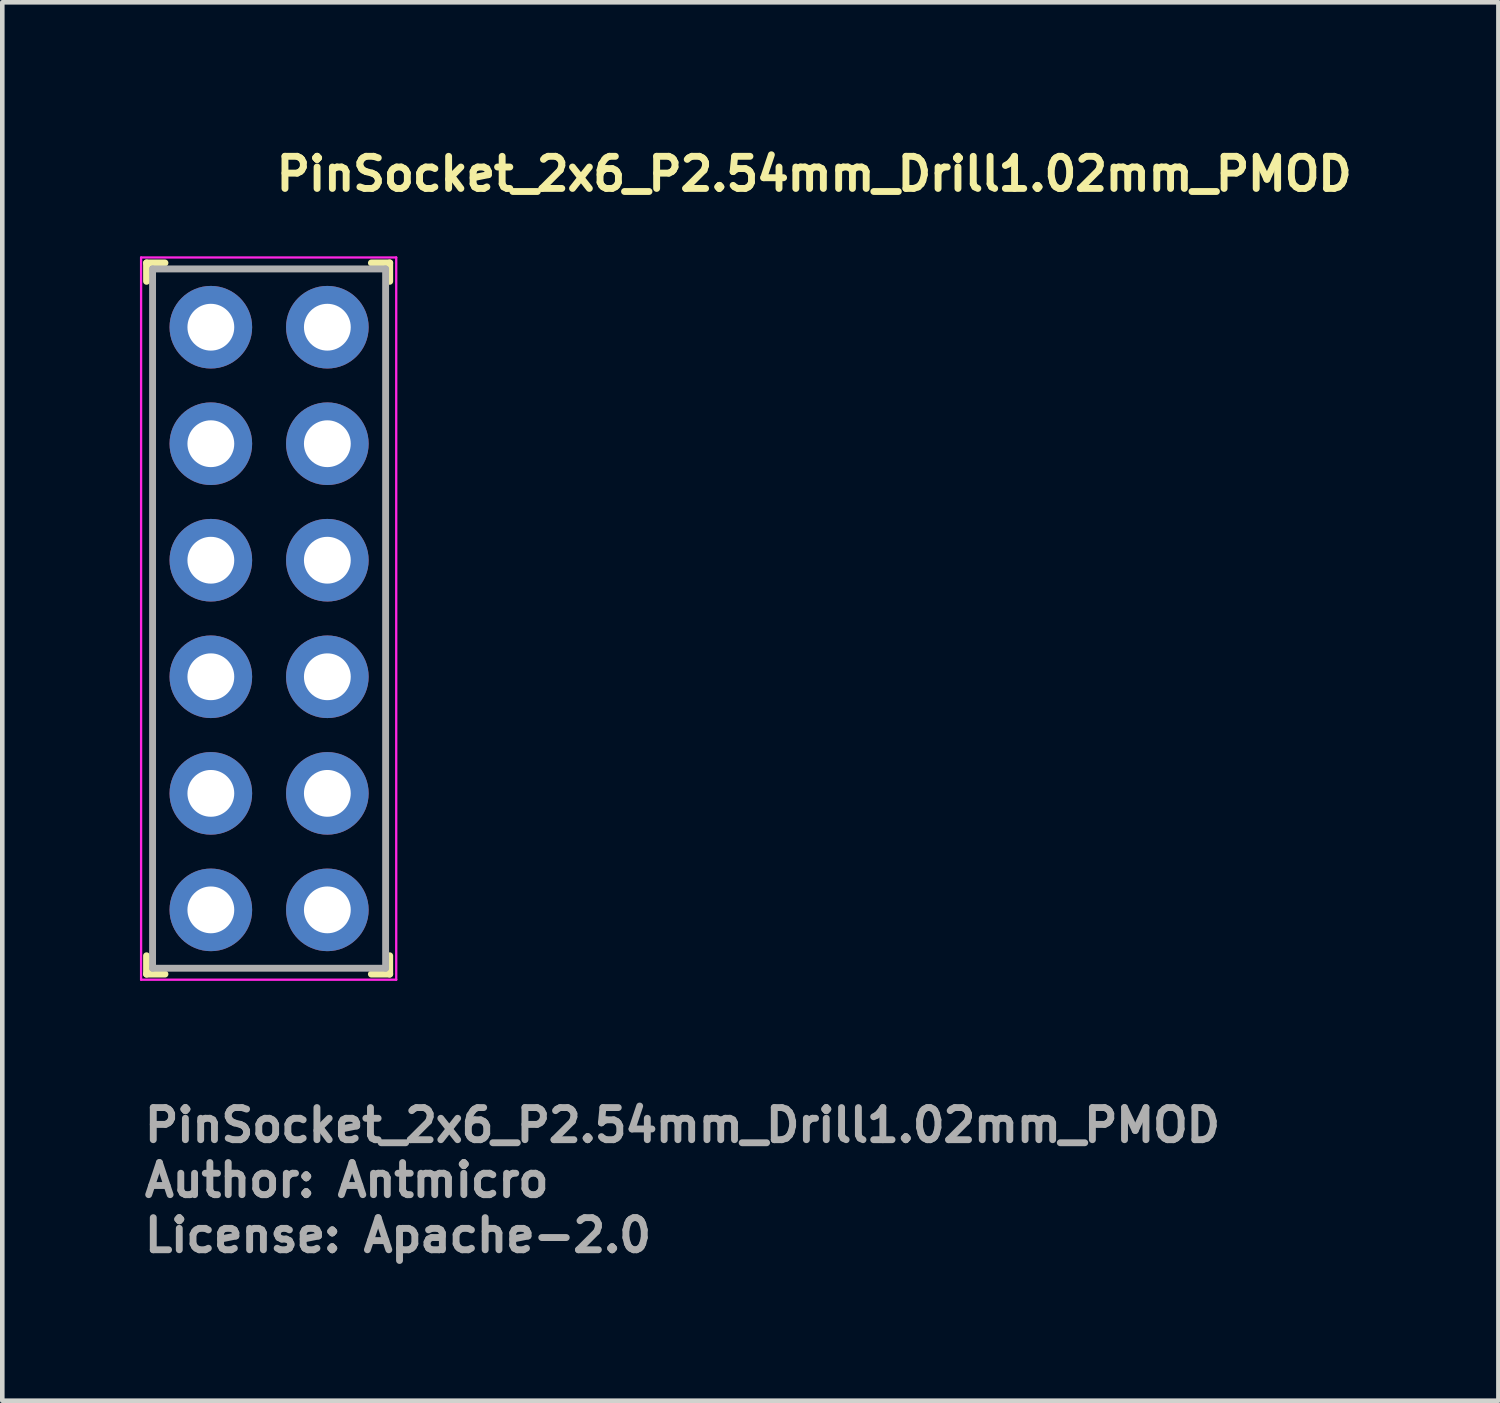
<source format=kicad_pcb>
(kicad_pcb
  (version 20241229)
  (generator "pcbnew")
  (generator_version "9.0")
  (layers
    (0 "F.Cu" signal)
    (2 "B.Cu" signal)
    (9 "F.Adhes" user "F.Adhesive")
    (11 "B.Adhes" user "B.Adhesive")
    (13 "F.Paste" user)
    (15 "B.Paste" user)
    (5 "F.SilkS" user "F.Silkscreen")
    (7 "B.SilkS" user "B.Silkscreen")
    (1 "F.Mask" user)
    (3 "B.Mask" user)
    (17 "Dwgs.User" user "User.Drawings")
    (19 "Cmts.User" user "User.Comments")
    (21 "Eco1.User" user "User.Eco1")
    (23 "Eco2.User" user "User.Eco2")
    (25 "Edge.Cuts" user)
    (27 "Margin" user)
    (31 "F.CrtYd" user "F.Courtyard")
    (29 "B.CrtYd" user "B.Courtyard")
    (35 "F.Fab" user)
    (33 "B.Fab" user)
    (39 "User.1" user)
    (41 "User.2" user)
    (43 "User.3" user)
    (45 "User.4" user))
  (footprint "PinSocket_2x6_P2.54mm_Drill1.02mm_PMOD"
    (layer "F.Cu")
    (at 1.545 4.081)
    (property "Reference" "PinSocket_2x6_P2.54mm_Drill1.02mm_PMOD" (at 1.35 -2.931 0) (layer "F.SilkS") (effects (font (size 0.7 0.7) (thickness 0.15)) (justify left bottom)))
    (attr through_hole)
    (fp_line (start -1.401 -1.401) (end -1.401 -1) (stroke (width 0.15) (type solid)) (layer "F.SilkS"))
    (fp_line (start -1.401 -1.401) (end -1 -1.401) (stroke (width 0.15) (type solid)) (layer "F.SilkS"))
    (fp_line (start -1.401 14.098) (end -1.401 13.698) (stroke (width 0.15) (type solid)) (layer "F.SilkS"))
    (fp_line (start -1.401 14.098) (end -1 14.098) (stroke (width 0.15) (type solid)) (layer "F.SilkS"))
    (fp_line (start 3.898 -1.401) (end 3.499 -1.401) (stroke (width 0.15) (type solid)) (layer "F.SilkS"))
    (fp_line (start 3.898 -1.401) (end 3.898 -1) (stroke (width 0.15) (type solid)) (layer "F.SilkS"))
    (fp_line (start 3.898 14.098) (end 3.499 14.098) (stroke (width 0.15) (type solid)) (layer "F.SilkS"))
    (fp_line (start 3.898 14.098) (end 3.898 13.698) (stroke (width 0.15) (type solid)) (layer "F.SilkS"))
    (fp_line (start -1.52 -1.52) (end 4.04 -1.52) (stroke (width 0.05) (type solid)) (layer "F.CrtYd"))
    (fp_line (start -1.52 14.22) (end -1.52 -1.52) (stroke (width 0.05) (type solid)) (layer "F.CrtYd"))
    (fp_line (start -1.52 14.22) (end 4.04 14.22) (stroke (width 0.05) (type solid)) (layer "F.CrtYd"))
    (fp_line (start 4.04 14.22) (end 4.04 -1.52) (stroke (width 0.05) (type solid)) (layer "F.CrtYd"))
    (fp_line (start -1.27 -1.27) (end -1.27 13.97) (stroke (width 0.15) (type solid)) (layer "F.Fab"))
    (fp_line (start -1.27 -1.27) (end 3.809 -1.27) (stroke (width 0.15) (type solid)) (layer "F.Fab"))
    (fp_line (start -1.27 13.97) (end 3.809 13.97) (stroke (width 0.15) (type solid)) (layer "F.Fab"))
    (fp_line (start 3.809 -1.27) (end 3.809 13.97) (stroke (width 0.15) (type solid)) (layer "F.Fab"))
    (fp_rect (start 3.815 14.173) (end -1.224 -1.466) (stroke (width 0.1) (type solid)) (fill no) (layer "User.5"))
    (fp_line (start -1.224 -1.466) (end 3.815 -1.466) (stroke (width 0.02) (type solid)) (layer "User.9"))
    (fp_line (start -1.224 14.173) (end -1.224 -1.466) (stroke (width 0.02) (type solid)) (layer "User.9"))
    (fp_line (start -0.925 -0.946) (end 0.975 -0.946) (stroke (width 0.02) (type solid)) (layer "User.9"))
    (fp_line (start -0.925 0.954) (end -0.925 -0.946) (stroke (width 0.02) (type solid)) (layer "User.9"))
    (fp_line (start -0.925 1.594) (end 0.975 1.594) (stroke (width 0.02) (type solid)) (layer "User.9"))
    (fp_line (start -0.925 3.495) (end -0.925 1.594) (stroke (width 0.02) (type solid)) (layer "User.9"))
    (fp_line (start -0.925 4.133) (end 0.975 4.133) (stroke (width 0.02) (type solid)) (layer "User.9"))
    (fp_line (start -0.925 6.034) (end -0.925 4.133) (stroke (width 0.02) (type solid)) (layer "User.9"))
    (fp_line (start -0.925 6.673) (end 0.975 6.673) (stroke (width 0.02) (type solid)) (layer "User.9"))
    (fp_line (start -0.925 8.574) (end -0.925 6.673) (stroke (width 0.02) (type solid)) (layer "User.9"))
    (fp_line (start -0.925 9.215) (end 0.975 9.215) (stroke (width 0.02) (type solid)) (layer "User.9"))
    (fp_line (start -0.925 11.113) (end -0.925 9.215) (stroke (width 0.02) (type solid)) (layer "User.9"))
    (fp_line (start -0.925 11.753) (end 0.975 11.753) (stroke (width 0.02) (type solid)) (layer "User.9"))
    (fp_line (start -0.925 13.654) (end -0.925 11.753) (stroke (width 0.02) (type solid)) (layer "User.9"))
    (fp_line (start -0.425 -0.447) (end -0.925 -0.946) (stroke (width 0.02) (type solid)) (layer "User.9"))
    (fp_line (start -0.425 -0.447) (end 0.477 -0.447) (stroke (width 0.02) (type solid)) (layer "User.9"))
    (fp_line (start -0.425 -0.322) (end -0.407 -0.322) (stroke (width 0.02) (type solid)) (layer "User.9"))
    (fp_line (start -0.425 0.33) (end -0.407 0.33) (stroke (width 0.02) (type solid)) (layer "User.9"))
    (fp_line (start -0.425 0.455) (end -0.925 0.954) (stroke (width 0.02) (type solid)) (layer "User.9"))
    (fp_line (start -0.425 0.455) (end -0.425 -0.447) (stroke (width 0.02) (type solid)) (layer "User.9"))
    (fp_line (start -0.425 2.093) (end -0.925 1.594) (stroke (width 0.02) (type solid)) (layer "User.9"))
    (fp_line (start -0.425 2.093) (end 0.477 2.093) (stroke (width 0.02) (type solid)) (layer "User.9"))
    (fp_line (start -0.425 2.218) (end -0.407 2.218) (stroke (width 0.02) (type solid)) (layer "User.9"))
    (fp_line (start -0.425 2.87) (end -0.407 2.87) (stroke (width 0.02) (type solid)) (layer "User.9"))
    (fp_line (start -0.425 2.995) (end -0.925 3.495) (stroke (width 0.02) (type solid)) (layer "User.9"))
    (fp_line (start -0.425 2.995) (end -0.425 2.093) (stroke (width 0.02) (type solid)) (layer "User.9"))
    (fp_line (start -0.425 4.633) (end -0.925 4.133) (stroke (width 0.02) (type solid)) (layer "User.9"))
    (fp_line (start -0.425 4.633) (end 0.477 4.633) (stroke (width 0.02) (type solid)) (layer "User.9"))
    (fp_line (start -0.425 4.758) (end -0.407 4.758) (stroke (width 0.02) (type solid)) (layer "User.9"))
    (fp_line (start -0.425 5.409) (end -0.407 5.409) (stroke (width 0.02) (type solid)) (layer "User.9"))
    (fp_line (start -0.425 5.534) (end -0.925 6.034) (stroke (width 0.02) (type solid)) (layer "User.9"))
    (fp_line (start -0.425 5.534) (end -0.425 4.633) (stroke (width 0.02) (type solid)) (layer "User.9"))
    (fp_line (start -0.425 7.173) (end -0.925 6.673) (stroke (width 0.02) (type solid)) (layer "User.9"))
    (fp_line (start -0.425 7.173) (end 0.477 7.173) (stroke (width 0.02) (type solid)) (layer "User.9"))
    (fp_line (start -0.425 7.298) (end -0.407 7.298) (stroke (width 0.02) (type solid)) (layer "User.9"))
    (fp_line (start -0.425 7.949) (end -0.407 7.949) (stroke (width 0.02) (type solid)) (layer "User.9"))
    (fp_line (start -0.425 8.074) (end -0.925 8.574) (stroke (width 0.02) (type solid)) (layer "User.9"))
    (fp_line (start -0.425 8.074) (end -0.425 7.173) (stroke (width 0.02) (type solid)) (layer "User.9"))
    (fp_line (start -0.425 9.715) (end -0.925 9.215) (stroke (width 0.02) (type solid)) (layer "User.9"))
    (fp_line (start -0.425 9.715) (end 0.477 9.715) (stroke (width 0.02) (type solid)) (layer "User.9"))
    (fp_line (start -0.425 9.84) (end -0.407 9.84) (stroke (width 0.02) (type solid)) (layer "User.9"))
    (fp_line (start -0.425 10.488) (end -0.407 10.488) (stroke (width 0.02) (type solid)) (layer "User.9"))
    (fp_line (start -0.425 10.613) (end -0.925 11.113) (stroke (width 0.02) (type solid)) (layer "User.9"))
    (fp_line (start -0.425 10.613) (end -0.425 9.715) (stroke (width 0.02) (type solid)) (layer "User.9"))
    (fp_line (start -0.425 12.253) (end -0.925 11.753) (stroke (width 0.02) (type solid)) (layer "User.9"))
    (fp_line (start -0.425 12.253) (end 0.477 12.253) (stroke (width 0.02) (type solid)) (layer "User.9"))
    (fp_line (start -0.425 12.378) (end -0.407 12.378) (stroke (width 0.02) (type solid)) (layer "User.9"))
    (fp_line (start -0.425 13.029) (end -0.407 13.029) (stroke (width 0.02) (type solid)) (layer "User.9"))
    (fp_line (start -0.425 13.154) (end -0.925 13.654) (stroke (width 0.02) (type solid)) (layer "User.9"))
    (fp_line (start -0.425 13.154) (end -0.425 12.253) (stroke (width 0.02) (type solid)) (layer "User.9"))
    (fp_line (start -0.407 -0.322) (end -0.2 -0.322) (stroke (width 0.02) (type solid)) (layer "User.9"))
    (fp_line (start -0.407 0.33) (end -0.2 0.33) (stroke (width 0.02) (type solid)) (layer "User.9"))
    (fp_line (start -0.407 2.218) (end -0.2 2.218) (stroke (width 0.02) (type solid)) (layer "User.9"))
    (fp_line (start -0.407 2.87) (end -0.2 2.87) (stroke (width 0.02) (type solid)) (layer "User.9"))
    (fp_line (start -0.407 4.758) (end -0.2 4.758) (stroke (width 0.02) (type solid)) (layer "User.9"))
    (fp_line (start -0.407 5.409) (end -0.2 5.409) (stroke (width 0.02) (type solid)) (layer "User.9"))
    (fp_line (start -0.407 7.298) (end -0.2 7.298) (stroke (width 0.02) (type solid)) (layer "User.9"))
    (fp_line (start -0.407 7.949) (end -0.2 7.949) (stroke (width 0.02) (type solid)) (layer "User.9"))
    (fp_line (start -0.407 9.84) (end -0.2 9.84) (stroke (width 0.02) (type solid)) (layer "User.9"))
    (fp_line (start -0.407 10.488) (end -0.2 10.488) (stroke (width 0.02) (type solid)) (layer "User.9"))
    (fp_line (start -0.407 12.378) (end -0.2 12.378) (stroke (width 0.02) (type solid)) (layer "User.9"))
    (fp_line (start -0.407 13.029) (end -0.2 13.029) (stroke (width 0.02) (type solid)) (layer "User.9"))
    (fp_line (start -0.203 -0.447) (end -0.203 -0.391) (stroke (width 0.02) (type solid)) (layer "User.9"))
    (fp_line (start -0.203 -0.391) (end -0.2 -0.391) (stroke (width 0.02) (type solid)) (layer "User.9"))
    (fp_line (start -0.203 0.455) (end -0.203 0.399) (stroke (width 0.02) (type solid)) (layer "User.9"))
    (fp_line (start -0.203 2.093) (end -0.203 2.149) (stroke (width 0.02) (type solid)) (layer "User.9"))
    (fp_line (start -0.203 2.149) (end -0.2 2.149) (stroke (width 0.02) (type solid)) (layer "User.9"))
    (fp_line (start -0.203 2.995) (end -0.203 2.938) (stroke (width 0.02) (type solid)) (layer "User.9"))
    (fp_line (start -0.203 4.633) (end -0.203 4.689) (stroke (width 0.02) (type solid)) (layer "User.9"))
    (fp_line (start -0.203 4.689) (end -0.2 4.689) (stroke (width 0.02) (type solid)) (layer "User.9"))
    (fp_line (start -0.203 5.534) (end -0.203 5.479) (stroke (width 0.02) (type solid)) (layer "User.9"))
    (fp_line (start -0.203 7.173) (end -0.203 7.229) (stroke (width 0.02) (type solid)) (layer "User.9"))
    (fp_line (start -0.203 7.229) (end -0.2 7.229) (stroke (width 0.02) (type solid)) (layer "User.9"))
    (fp_line (start -0.203 8.074) (end -0.203 8.019) (stroke (width 0.02) (type solid)) (layer "User.9"))
    (fp_line (start -0.203 9.715) (end -0.203 9.769) (stroke (width 0.02) (type solid)) (layer "User.9"))
    (fp_line (start -0.203 9.769) (end -0.2 9.769) (stroke (width 0.02) (type solid)) (layer "User.9"))
    (fp_line (start -0.203 10.613) (end -0.203 10.558) (stroke (width 0.02) (type solid)) (layer "User.9"))
    (fp_line (start -0.203 12.253) (end -0.203 12.31) (stroke (width 0.02) (type solid)) (layer "User.9"))
    (fp_line (start -0.203 12.31) (end -0.2 12.31) (stroke (width 0.02) (type solid)) (layer "User.9"))
    (fp_line (start -0.203 13.154) (end -0.203 13.099) (stroke (width 0.02) (type solid)) (layer "User.9"))
    (fp_line (start -0.2 -0.429) (end -0.2 -0.447) (stroke (width 0.02) (type solid)) (layer "User.9"))
    (fp_line (start -0.2 -0.429) (end -0.199 -0.431) (stroke (width 0.02) (type solid)) (layer "User.9"))
    (fp_line (start -0.2 -0.391) (end -0.2 -0.442) (stroke (width 0.02) (type solid)) (layer "User.9"))
    (fp_line (start -0.2 -0.307) (end -0.2 -0.429) (stroke (width 0.02) (type solid)) (layer "User.9"))
    (fp_line (start -0.2 -0.307) (end -0.2 -0.2) (stroke (width 0.02) (type solid)) (layer "User.9"))
    (fp_line (start -0.2 -0.2) (end 0.45 -0.2) (stroke (width 0.02) (type solid)) (layer "User.9"))
    (fp_line (start -0.2 0.208) (end -0.2 0.315) (stroke (width 0.02) (type solid)) (layer "User.9"))
    (fp_line (start -0.2 0.208) (end 0.45 0.208) (stroke (width 0.02) (type solid)) (layer "User.9"))
    (fp_line (start -0.2 0.399) (end -0.203 0.399) (stroke (width 0.02) (type solid)) (layer "User.9"))
    (fp_line (start -0.2 0.399) (end -0.2 0.45) (stroke (width 0.02) (type solid)) (layer "User.9"))
    (fp_line (start -0.2 0.437) (end -0.2 0.315) (stroke (width 0.02) (type solid)) (layer "User.9"))
    (fp_line (start -0.2 0.437) (end -0.199 0.439) (stroke (width 0.02) (type solid)) (layer "User.9"))
    (fp_line (start -0.2 0.455) (end -0.2 0.437) (stroke (width 0.02) (type solid)) (layer "User.9"))
    (fp_line (start -0.2 2.111) (end -0.2 2.093) (stroke (width 0.02) (type solid)) (layer "User.9"))
    (fp_line (start -0.2 2.111) (end -0.199 2.108) (stroke (width 0.02) (type solid)) (layer "User.9"))
    (fp_line (start -0.2 2.149) (end -0.2 2.096) (stroke (width 0.02) (type solid)) (layer "User.9"))
    (fp_line (start -0.2 2.233) (end -0.2 2.111) (stroke (width 0.02) (type solid)) (layer "User.9"))
    (fp_line (start -0.2 2.233) (end -0.2 2.342) (stroke (width 0.02) (type solid)) (layer "User.9"))
    (fp_line (start -0.2 2.342) (end 0.45 2.342) (stroke (width 0.02) (type solid)) (layer "User.9"))
    (fp_line (start -0.2 2.746) (end -0.2 2.855) (stroke (width 0.02) (type solid)) (layer "User.9"))
    (fp_line (start -0.2 2.746) (end 0.45 2.746) (stroke (width 0.02) (type solid)) (layer "User.9"))
    (fp_line (start -0.2 2.938) (end -0.203 2.938) (stroke (width 0.02) (type solid)) (layer "User.9"))
    (fp_line (start -0.2 2.938) (end -0.2 2.991) (stroke (width 0.02) (type solid)) (layer "User.9"))
    (fp_line (start -0.2 2.978) (end -0.2 2.855) (stroke (width 0.02) (type solid)) (layer "User.9"))
    (fp_line (start -0.2 2.978) (end -0.199 2.979) (stroke (width 0.02) (type solid)) (layer "User.9"))
    (fp_line (start -0.2 2.995) (end -0.2 2.978) (stroke (width 0.02) (type solid)) (layer "User.9"))
    (fp_line (start -0.2 4.651) (end -0.2 4.633) (stroke (width 0.02) (type solid)) (layer "User.9"))
    (fp_line (start -0.2 4.651) (end -0.199 4.649) (stroke (width 0.02) (type solid)) (layer "User.9"))
    (fp_line (start -0.2 4.689) (end -0.2 4.636) (stroke (width 0.02) (type solid)) (layer "User.9"))
    (fp_line (start -0.2 4.773) (end -0.2 4.651) (stroke (width 0.02) (type solid)) (layer "User.9"))
    (fp_line (start -0.2 4.773) (end -0.2 4.88) (stroke (width 0.02) (type solid)) (layer "User.9"))
    (fp_line (start -0.2 4.88) (end 0.45 4.88) (stroke (width 0.02) (type solid)) (layer "User.9"))
    (fp_line (start -0.2 5.287) (end -0.2 5.396) (stroke (width 0.02) (type solid)) (layer "User.9"))
    (fp_line (start -0.2 5.287) (end 0.45 5.287) (stroke (width 0.02) (type solid)) (layer "User.9"))
    (fp_line (start -0.2 5.479) (end -0.203 5.479) (stroke (width 0.02) (type solid)) (layer "User.9"))
    (fp_line (start -0.2 5.479) (end -0.2 5.532) (stroke (width 0.02) (type solid)) (layer "User.9"))
    (fp_line (start -0.2 5.518) (end -0.2 5.396) (stroke (width 0.02) (type solid)) (layer "User.9"))
    (fp_line (start -0.2 5.518) (end -0.199 5.519) (stroke (width 0.02) (type solid)) (layer "User.9"))
    (fp_line (start -0.2 5.534) (end -0.2 5.518) (stroke (width 0.02) (type solid)) (layer "User.9"))
    (fp_line (start -0.2 7.191) (end -0.2 7.173) (stroke (width 0.02) (type solid)) (layer "User.9"))
    (fp_line (start -0.2 7.191) (end -0.199 7.189) (stroke (width 0.02) (type solid)) (layer "User.9"))
    (fp_line (start -0.2 7.229) (end -0.2 7.176) (stroke (width 0.02) (type solid)) (layer "User.9"))
    (fp_line (start -0.2 7.313) (end -0.2 7.191) (stroke (width 0.02) (type solid)) (layer "User.9"))
    (fp_line (start -0.2 7.313) (end -0.2 7.42) (stroke (width 0.02) (type solid)) (layer "User.9"))
    (fp_line (start -0.2 7.42) (end 0.45 7.42) (stroke (width 0.02) (type solid)) (layer "User.9"))
    (fp_line (start -0.2 7.827) (end -0.2 7.936) (stroke (width 0.02) (type solid)) (layer "User.9"))
    (fp_line (start -0.2 7.827) (end 0.45 7.827) (stroke (width 0.02) (type solid)) (layer "User.9"))
    (fp_line (start -0.2 8.019) (end -0.203 8.019) (stroke (width 0.02) (type solid)) (layer "User.9"))
    (fp_line (start -0.2 8.019) (end -0.2 8.071) (stroke (width 0.02) (type solid)) (layer "User.9"))
    (fp_line (start -0.2 8.058) (end -0.2 7.936) (stroke (width 0.02) (type solid)) (layer "User.9"))
    (fp_line (start -0.2 8.058) (end -0.199 8.06) (stroke (width 0.02) (type solid)) (layer "User.9"))
    (fp_line (start -0.2 8.074) (end -0.2 8.058) (stroke (width 0.02) (type solid)) (layer "User.9"))
    (fp_line (start -0.2 9.731) (end -0.2 9.715) (stroke (width 0.02) (type solid)) (layer "User.9"))
    (fp_line (start -0.2 9.731) (end -0.199 9.728) (stroke (width 0.02) (type solid)) (layer "User.9"))
    (fp_line (start -0.2 9.769) (end -0.2 9.717) (stroke (width 0.02) (type solid)) (layer "User.9"))
    (fp_line (start -0.2 9.852) (end -0.2 9.731) (stroke (width 0.02) (type solid)) (layer "User.9"))
    (fp_line (start -0.2 9.852) (end -0.2 9.961) (stroke (width 0.02) (type solid)) (layer "User.9"))
    (fp_line (start -0.2 9.961) (end 0.45 9.961) (stroke (width 0.02) (type solid)) (layer "User.9"))
    (fp_line (start -0.2 10.366) (end -0.2 10.475) (stroke (width 0.02) (type solid)) (layer "User.9"))
    (fp_line (start -0.2 10.366) (end 0.45 10.366) (stroke (width 0.02) (type solid)) (layer "User.9"))
    (fp_line (start -0.2 10.558) (end -0.203 10.558) (stroke (width 0.02) (type solid)) (layer "User.9"))
    (fp_line (start -0.2 10.558) (end -0.2 10.611) (stroke (width 0.02) (type solid)) (layer "User.9"))
    (fp_line (start -0.2 10.597) (end -0.2 10.475) (stroke (width 0.02) (type solid)) (layer "User.9"))
    (fp_line (start -0.2 10.597) (end -0.199 10.599) (stroke (width 0.02) (type solid)) (layer "User.9"))
    (fp_line (start -0.2 10.613) (end -0.2 10.597) (stroke (width 0.02) (type solid)) (layer "User.9"))
    (fp_line (start -0.2 12.27) (end -0.2 12.253) (stroke (width 0.02) (type solid)) (layer "User.9"))
    (fp_line (start -0.2 12.27) (end -0.199 12.269) (stroke (width 0.02) (type solid)) (layer "User.9"))
    (fp_line (start -0.2 12.31) (end -0.2 12.256) (stroke (width 0.02) (type solid)) (layer "User.9"))
    (fp_line (start -0.2 12.393) (end -0.2 12.27) (stroke (width 0.02) (type solid)) (layer "User.9"))
    (fp_line (start -0.2 12.393) (end -0.2 12.5) (stroke (width 0.02) (type solid)) (layer "User.9"))
    (fp_line (start -0.2 12.5) (end 0.45 12.5) (stroke (width 0.02) (type solid)) (layer "User.9"))
    (fp_line (start -0.2 12.907) (end -0.2 13.016) (stroke (width 0.02) (type solid)) (layer "User.9"))
    (fp_line (start -0.2 12.907) (end 0.45 12.907) (stroke (width 0.02) (type solid)) (layer "User.9"))
    (fp_line (start -0.2 13.099) (end -0.203 13.099) (stroke (width 0.02) (type solid)) (layer "User.9"))
    (fp_line (start -0.2 13.099) (end -0.2 13.15) (stroke (width 0.02) (type solid)) (layer "User.9"))
    (fp_line (start -0.2 13.138) (end -0.2 13.016) (stroke (width 0.02) (type solid)) (layer "User.9"))
    (fp_line (start -0.2 13.138) (end -0.199 13.14) (stroke (width 0.02) (type solid)) (layer "User.9"))
    (fp_line (start -0.2 13.154) (end -0.2 13.138) (stroke (width 0.02) (type solid)) (layer "User.9"))
    (fp_line (start -0.199 -0.439) (end -0.197 -0.441) (stroke (width 0.02) (type solid)) (layer "User.9"))
    (fp_line (start -0.199 -0.437) (end -0.199 -0.439) (stroke (width 0.02) (type solid)) (layer "User.9"))
    (fp_line (start -0.199 -0.435) (end -0.199 -0.437) (stroke (width 0.02) (type solid)) (layer "User.9"))
    (fp_line (start -0.199 -0.433) (end -0.199 -0.435) (stroke (width 0.02) (type solid)) (layer "User.9"))
    (fp_line (start -0.199 -0.431) (end -0.199 -0.433) (stroke (width 0.02) (type solid)) (layer "User.9"))
    (fp_line (start -0.199 0.439) (end -0.199 0.441) (stroke (width 0.02) (type solid)) (layer "User.9"))
    (fp_line (start -0.199 0.441) (end -0.199 0.443) (stroke (width 0.02) (type solid)) (layer "User.9"))
    (fp_line (start -0.199 0.443) (end -0.199 0.445) (stroke (width 0.02) (type solid)) (layer "User.9"))
    (fp_line (start -0.199 0.445) (end -0.199 0.447) (stroke (width 0.02) (type solid)) (layer "User.9"))
    (fp_line (start -0.199 0.447) (end -0.197 0.449) (stroke (width 0.02) (type solid)) (layer "User.9"))
    (fp_line (start -0.199 2.1) (end -0.197 2.099) (stroke (width 0.02) (type solid)) (layer "User.9"))
    (fp_line (start -0.199 2.103) (end -0.199 2.1) (stroke (width 0.02) (type solid)) (layer "User.9"))
    (fp_line (start -0.199 2.104) (end -0.199 2.103) (stroke (width 0.02) (type solid)) (layer "User.9"))
    (fp_line (start -0.199 2.107) (end -0.199 2.104) (stroke (width 0.02) (type solid)) (layer "User.9"))
    (fp_line (start -0.199 2.108) (end -0.199 2.107) (stroke (width 0.02) (type solid)) (layer "User.9"))
    (fp_line (start -0.199 2.979) (end -0.199 2.982) (stroke (width 0.02) (type solid)) (layer "User.9"))
    (fp_line (start -0.199 2.982) (end -0.199 2.983) (stroke (width 0.02) (type solid)) (layer "User.9"))
    (fp_line (start -0.199 2.983) (end -0.199 2.986) (stroke (width 0.02) (type solid)) (layer "User.9"))
    (fp_line (start -0.199 2.986) (end -0.199 2.987) (stroke (width 0.02) (type solid)) (layer "User.9"))
    (fp_line (start -0.199 2.987) (end -0.197 2.99) (stroke (width 0.02) (type solid)) (layer "User.9"))
    (fp_line (start -0.199 4.641) (end -0.197 4.638) (stroke (width 0.02) (type solid)) (layer "User.9"))
    (fp_line (start -0.199 4.643) (end -0.199 4.641) (stroke (width 0.02) (type solid)) (layer "User.9"))
    (fp_line (start -0.199 4.644) (end -0.199 4.643) (stroke (width 0.02) (type solid)) (layer "User.9"))
    (fp_line (start -0.199 4.646) (end -0.199 4.644) (stroke (width 0.02) (type solid)) (layer "User.9"))
    (fp_line (start -0.199 4.649) (end -0.199 4.646) (stroke (width 0.02) (type solid)) (layer "User.9"))
    (fp_line (start -0.199 5.519) (end -0.199 5.521) (stroke (width 0.02) (type solid)) (layer "User.9"))
    (fp_line (start -0.199 5.521) (end -0.199 5.524) (stroke (width 0.02) (type solid)) (layer "User.9"))
    (fp_line (start -0.199 5.524) (end -0.199 5.526) (stroke (width 0.02) (type solid)) (layer "User.9"))
    (fp_line (start -0.199 5.526) (end -0.199 5.527) (stroke (width 0.02) (type solid)) (layer "User.9"))
    (fp_line (start -0.199 5.527) (end -0.197 5.529) (stroke (width 0.02) (type solid)) (layer "User.9"))
    (fp_line (start -0.199 7.181) (end -0.197 7.178) (stroke (width 0.02) (type solid)) (layer "User.9"))
    (fp_line (start -0.199 7.183) (end -0.199 7.181) (stroke (width 0.02) (type solid)) (layer "User.9"))
    (fp_line (start -0.199 7.184) (end -0.199 7.183) (stroke (width 0.02) (type solid)) (layer "User.9"))
    (fp_line (start -0.199 7.186) (end -0.199 7.184) (stroke (width 0.02) (type solid)) (layer "User.9"))
    (fp_line (start -0.199 7.189) (end -0.199 7.186) (stroke (width 0.02) (type solid)) (layer "User.9"))
    (fp_line (start -0.199 8.06) (end -0.199 8.061) (stroke (width 0.02) (type solid)) (layer "User.9"))
    (fp_line (start -0.199 8.061) (end -0.199 8.064) (stroke (width 0.02) (type solid)) (layer "User.9"))
    (fp_line (start -0.199 8.064) (end -0.199 8.065) (stroke (width 0.02) (type solid)) (layer "User.9"))
    (fp_line (start -0.199 8.065) (end -0.199 8.067) (stroke (width 0.02) (type solid)) (layer "User.9"))
    (fp_line (start -0.199 8.067) (end -0.197 8.07) (stroke (width 0.02) (type solid)) (layer "User.9"))
    (fp_line (start -0.199 9.721) (end -0.197 9.718) (stroke (width 0.02) (type solid)) (layer "User.9"))
    (fp_line (start -0.199 9.722) (end -0.199 9.721) (stroke (width 0.02) (type solid)) (layer "User.9"))
    (fp_line (start -0.199 9.724) (end -0.199 9.722) (stroke (width 0.02) (type solid)) (layer "User.9"))
    (fp_line (start -0.199 9.727) (end -0.199 9.724) (stroke (width 0.02) (type solid)) (layer "User.9"))
    (fp_line (start -0.199 9.728) (end -0.199 9.727) (stroke (width 0.02) (type solid)) (layer "User.9"))
    (fp_line (start -0.199 10.599) (end -0.199 10.602) (stroke (width 0.02) (type solid)) (layer "User.9"))
    (fp_line (start -0.199 10.602) (end -0.199 10.603) (stroke (width 0.02) (type solid)) (layer "User.9"))
    (fp_line (start -0.199 10.603) (end -0.199 10.606) (stroke (width 0.02) (type solid)) (layer "User.9"))
    (fp_line (start -0.199 10.606) (end -0.199 10.608) (stroke (width 0.02) (type solid)) (layer "User.9"))
    (fp_line (start -0.199 10.608) (end -0.197 10.609) (stroke (width 0.02) (type solid)) (layer "User.9"))
    (fp_line (start -0.199 12.26) (end -0.197 12.259) (stroke (width 0.02) (type solid)) (layer "User.9"))
    (fp_line (start -0.199 12.263) (end -0.199 12.26) (stroke (width 0.02) (type solid)) (layer "User.9"))
    (fp_line (start -0.199 12.265) (end -0.199 12.263) (stroke (width 0.02) (type solid)) (layer "User.9"))
    (fp_line (start -0.199 12.266) (end -0.199 12.265) (stroke (width 0.02) (type solid)) (layer "User.9"))
    (fp_line (start -0.199 12.269) (end -0.199 12.266) (stroke (width 0.02) (type solid)) (layer "User.9"))
    (fp_line (start -0.199 13.14) (end -0.199 13.141) (stroke (width 0.02) (type solid)) (layer "User.9"))
    (fp_line (start -0.199 13.141) (end -0.199 13.144) (stroke (width 0.02) (type solid)) (layer "User.9"))
    (fp_line (start -0.199 13.144) (end -0.199 13.145) (stroke (width 0.02) (type solid)) (layer "User.9"))
    (fp_line (start -0.199 13.145) (end -0.199 13.147) (stroke (width 0.02) (type solid)) (layer "User.9"))
    (fp_line (start -0.199 13.147) (end -0.197 13.15) (stroke (width 0.02) (type solid)) (layer "User.9"))
    (fp_line (start -0.197 -0.443) (end -0.196 -0.447) (stroke (width 0.02) (type solid)) (layer "User.9"))
    (fp_line (start -0.197 -0.441) (end -0.197 -0.443) (stroke (width 0.02) (type solid)) (layer "User.9"))
    (fp_line (start -0.197 0.449) (end -0.197 0.451) (stroke (width 0.02) (type solid)) (layer "User.9"))
    (fp_line (start -0.197 0.451) (end -0.196 0.455) (stroke (width 0.02) (type solid)) (layer "User.9"))
    (fp_line (start -0.197 2.096) (end -0.196 2.093) (stroke (width 0.02) (type solid)) (layer "User.9"))
    (fp_line (start -0.197 2.099) (end -0.197 2.096) (stroke (width 0.02) (type solid)) (layer "User.9"))
    (fp_line (start -0.197 2.99) (end -0.197 2.991) (stroke (width 0.02) (type solid)) (layer "User.9"))
    (fp_line (start -0.197 2.991) (end -0.196 2.995) (stroke (width 0.02) (type solid)) (layer "User.9"))
    (fp_line (start -0.197 4.636) (end -0.196 4.633) (stroke (width 0.02) (type solid)) (layer "User.9"))
    (fp_line (start -0.197 4.638) (end -0.197 4.636) (stroke (width 0.02) (type solid)) (layer "User.9"))
    (fp_line (start -0.197 5.529) (end -0.197 5.532) (stroke (width 0.02) (type solid)) (layer "User.9"))
    (fp_line (start -0.197 5.532) (end -0.196 5.534) (stroke (width 0.02) (type solid)) (layer "User.9"))
    (fp_line (start -0.197 7.176) (end -0.196 7.173) (stroke (width 0.02) (type solid)) (layer "User.9"))
    (fp_line (start -0.197 7.178) (end -0.197 7.176) (stroke (width 0.02) (type solid)) (layer "User.9"))
    (fp_line (start -0.197 8.07) (end -0.197 8.071) (stroke (width 0.02) (type solid)) (layer "User.9"))
    (fp_line (start -0.197 8.071) (end -0.196 8.074) (stroke (width 0.02) (type solid)) (layer "User.9"))
    (fp_line (start -0.197 9.717) (end -0.196 9.714) (stroke (width 0.02) (type solid)) (layer "User.9"))
    (fp_line (start -0.197 9.718) (end -0.197 9.717) (stroke (width 0.02) (type solid)) (layer "User.9"))
    (fp_line (start -0.197 10.609) (end -0.197 10.612) (stroke (width 0.02) (type solid)) (layer "User.9"))
    (fp_line (start -0.197 10.612) (end -0.196 10.613) (stroke (width 0.02) (type solid)) (layer "User.9"))
    (fp_line (start -0.197 12.256) (end -0.196 12.254) (stroke (width 0.02) (type solid)) (layer "User.9"))
    (fp_line (start -0.197 12.259) (end -0.197 12.256) (stroke (width 0.02) (type solid)) (layer "User.9"))
    (fp_line (start -0.197 13.15) (end -0.197 13.151) (stroke (width 0.02) (type solid)) (layer "User.9"))
    (fp_line (start -0.197 13.151) (end -0.196 13.154) (stroke (width 0.02) (type solid)) (layer "User.9"))
    (fp_line (start 0.151 0.208) (end 0.151 -0.2) (stroke (width 0.02) (type solid)) (layer "User.9"))
    (fp_line (start 0.151 2.746) (end 0.151 2.342) (stroke (width 0.02) (type solid)) (layer "User.9"))
    (fp_line (start 0.151 5.287) (end 0.151 4.88) (stroke (width 0.02) (type solid)) (layer "User.9"))
    (fp_line (start 0.151 7.827) (end 0.151 7.42) (stroke (width 0.02) (type solid)) (layer "User.9"))
    (fp_line (start 0.151 10.366) (end 0.151 9.961) (stroke (width 0.02) (type solid)) (layer "User.9"))
    (fp_line (start 0.151 12.907) (end 0.151 12.5) (stroke (width 0.02) (type solid)) (layer "User.9"))
    (fp_line (start 0.449 -0.443) (end 0.449 -0.447) (stroke (width 0.02) (type solid)) (layer "User.9"))
    (fp_line (start 0.449 -0.441) (end 0.449 -0.443) (stroke (width 0.02) (type solid)) (layer "User.9"))
    (fp_line (start 0.449 0.449) (end 0.449 0.451) (stroke (width 0.02) (type solid)) (layer "User.9"))
    (fp_line (start 0.449 0.451) (end 0.449 0.455) (stroke (width 0.02) (type solid)) (layer "User.9"))
    (fp_line (start 0.449 2.096) (end 0.449 2.093) (stroke (width 0.02) (type solid)) (layer "User.9"))
    (fp_line (start 0.449 2.099) (end 0.449 2.096) (stroke (width 0.02) (type solid)) (layer "User.9"))
    (fp_line (start 0.449 2.99) (end 0.449 2.991) (stroke (width 0.02) (type solid)) (layer "User.9"))
    (fp_line (start 0.449 2.991) (end 0.449 2.995) (stroke (width 0.02) (type solid)) (layer "User.9"))
    (fp_line (start 0.449 4.636) (end 0.449 4.633) (stroke (width 0.02) (type solid)) (layer "User.9"))
    (fp_line (start 0.449 4.638) (end 0.449 4.636) (stroke (width 0.02) (type solid)) (layer "User.9"))
    (fp_line (start 0.449 5.529) (end 0.449 5.532) (stroke (width 0.02) (type solid)) (layer "User.9"))
    (fp_line (start 0.449 5.532) (end 0.449 5.534) (stroke (width 0.02) (type solid)) (layer "User.9"))
    (fp_line (start 0.449 7.176) (end 0.449 7.173) (stroke (width 0.02) (type solid)) (layer "User.9"))
    (fp_line (start 0.449 7.178) (end 0.449 7.176) (stroke (width 0.02) (type solid)) (layer "User.9"))
    (fp_line (start 0.449 8.07) (end 0.449 8.071) (stroke (width 0.02) (type solid)) (layer "User.9"))
    (fp_line (start 0.449 8.071) (end 0.449 8.074) (stroke (width 0.02) (type solid)) (layer "User.9"))
    (fp_line (start 0.449 9.717) (end 0.449 9.714) (stroke (width 0.02) (type solid)) (layer "User.9"))
    (fp_line (start 0.449 9.718) (end 0.449 9.717) (stroke (width 0.02) (type solid)) (layer "User.9"))
    (fp_line (start 0.449 10.609) (end 0.449 10.612) (stroke (width 0.02) (type solid)) (layer "User.9"))
    (fp_line (start 0.449 10.612) (end 0.449 10.613) (stroke (width 0.02) (type solid)) (layer "User.9"))
    (fp_line (start 0.449 12.256) (end 0.449 12.254) (stroke (width 0.02) (type solid)) (layer "User.9"))
    (fp_line (start 0.449 12.259) (end 0.449 12.256) (stroke (width 0.02) (type solid)) (layer "User.9"))
    (fp_line (start 0.449 13.15) (end 0.449 13.151) (stroke (width 0.02) (type solid)) (layer "User.9"))
    (fp_line (start 0.449 13.151) (end 0.449 13.154) (stroke (width 0.02) (type solid)) (layer "User.9"))
    (fp_line (start 0.45 -0.447) (end 0.45 -0.442) (stroke (width 0.02) (type solid)) (layer "User.9"))
    (fp_line (start 0.45 -0.447) (end 0.45 -0.429) (stroke (width 0.02) (type solid)) (layer "User.9"))
    (fp_line (start 0.45 -0.439) (end 0.449 -0.441) (stroke (width 0.02) (type solid)) (layer "User.9"))
    (fp_line (start 0.45 -0.437) (end 0.45 -0.439) (stroke (width 0.02) (type solid)) (layer "User.9"))
    (fp_line (start 0.45 -0.435) (end 0.45 -0.437) (stroke (width 0.02) (type solid)) (layer "User.9"))
    (fp_line (start 0.45 -0.433) (end 0.45 -0.435) (stroke (width 0.02) (type solid)) (layer "User.9"))
    (fp_line (start 0.45 -0.431) (end 0.45 -0.433) (stroke (width 0.02) (type solid)) (layer "User.9"))
    (fp_line (start 0.45 -0.429) (end 0.45 -0.431) (stroke (width 0.02) (type solid)) (layer "User.9"))
    (fp_line (start 0.45 -0.382) (end 0.452 -0.384) (stroke (width 0.02) (type solid)) (layer "User.9"))
    (fp_line (start 0.45 -0.307) (end 0.45 -0.429) (stroke (width 0.02) (type solid)) (layer "User.9"))
    (fp_line (start 0.45 -0.307) (end 0.45 -0.2) (stroke (width 0.02) (type solid)) (layer "User.9"))
    (fp_line (start 0.45 0.208) (end 0.45 0.315) (stroke (width 0.02) (type solid)) (layer "User.9"))
    (fp_line (start 0.45 0.437) (end 0.45 0.315) (stroke (width 0.02) (type solid)) (layer "User.9"))
    (fp_line (start 0.45 0.437) (end 0.45 0.439) (stroke (width 0.02) (type solid)) (layer "User.9"))
    (fp_line (start 0.45 0.437) (end 0.45 0.455) (stroke (width 0.02) (type solid)) (layer "User.9"))
    (fp_line (start 0.45 0.439) (end 0.45 0.441) (stroke (width 0.02) (type solid)) (layer "User.9"))
    (fp_line (start 0.45 0.441) (end 0.45 0.443) (stroke (width 0.02) (type solid)) (layer "User.9"))
    (fp_line (start 0.45 0.443) (end 0.45 0.445) (stroke (width 0.02) (type solid)) (layer "User.9"))
    (fp_line (start 0.45 0.445) (end 0.45 0.447) (stroke (width 0.02) (type solid)) (layer "User.9"))
    (fp_line (start 0.45 0.447) (end 0.449 0.449) (stroke (width 0.02) (type solid)) (layer "User.9"))
    (fp_line (start 0.45 2.093) (end 0.45 2.096) (stroke (width 0.02) (type solid)) (layer "User.9"))
    (fp_line (start 0.45 2.093) (end 0.45 2.111) (stroke (width 0.02) (type solid)) (layer "User.9"))
    (fp_line (start 0.45 2.1) (end 0.449 2.099) (stroke (width 0.02) (type solid)) (layer "User.9"))
    (fp_line (start 0.45 2.103) (end 0.45 2.1) (stroke (width 0.02) (type solid)) (layer "User.9"))
    (fp_line (start 0.45 2.104) (end 0.45 2.103) (stroke (width 0.02) (type solid)) (layer "User.9"))
    (fp_line (start 0.45 2.107) (end 0.45 2.104) (stroke (width 0.02) (type solid)) (layer "User.9"))
    (fp_line (start 0.45 2.108) (end 0.45 2.107) (stroke (width 0.02) (type solid)) (layer "User.9"))
    (fp_line (start 0.45 2.111) (end 0.45 2.108) (stroke (width 0.02) (type solid)) (layer "User.9"))
    (fp_line (start 0.45 2.159) (end 0.452 2.156) (stroke (width 0.02) (type solid)) (layer "User.9"))
    (fp_line (start 0.45 2.233) (end 0.45 2.111) (stroke (width 0.02) (type solid)) (layer "User.9"))
    (fp_line (start 0.45 2.233) (end 0.45 2.342) (stroke (width 0.02) (type solid)) (layer "User.9"))
    (fp_line (start 0.45 2.746) (end 0.45 2.855) (stroke (width 0.02) (type solid)) (layer "User.9"))
    (fp_line (start 0.45 2.978) (end 0.45 2.855) (stroke (width 0.02) (type solid)) (layer "User.9"))
    (fp_line (start 0.45 2.978) (end 0.45 2.979) (stroke (width 0.02) (type solid)) (layer "User.9"))
    (fp_line (start 0.45 2.978) (end 0.45 2.995) (stroke (width 0.02) (type solid)) (layer "User.9"))
    (fp_line (start 0.45 2.979) (end 0.45 2.982) (stroke (width 0.02) (type solid)) (layer "User.9"))
    (fp_line (start 0.45 2.982) (end 0.45 2.983) (stroke (width 0.02) (type solid)) (layer "User.9"))
    (fp_line (start 0.45 2.983) (end 0.45 2.986) (stroke (width 0.02) (type solid)) (layer "User.9"))
    (fp_line (start 0.45 2.986) (end 0.45 2.987) (stroke (width 0.02) (type solid)) (layer "User.9"))
    (fp_line (start 0.45 2.987) (end 0.449 2.99) (stroke (width 0.02) (type solid)) (layer "User.9"))
    (fp_line (start 0.45 2.991) (end 0.45 2.995) (stroke (width 0.02) (type solid)) (layer "User.9"))
    (fp_line (start 0.45 4.633) (end 0.45 4.636) (stroke (width 0.02) (type solid)) (layer "User.9"))
    (fp_line (start 0.45 4.633) (end 0.45 4.651) (stroke (width 0.02) (type solid)) (layer "User.9"))
    (fp_line (start 0.45 4.641) (end 0.449 4.638) (stroke (width 0.02) (type solid)) (layer "User.9"))
    (fp_line (start 0.45 4.643) (end 0.45 4.641) (stroke (width 0.02) (type solid)) (layer "User.9"))
    (fp_line (start 0.45 4.644) (end 0.45 4.643) (stroke (width 0.02) (type solid)) (layer "User.9"))
    (fp_line (start 0.45 4.646) (end 0.45 4.644) (stroke (width 0.02) (type solid)) (layer "User.9"))
    (fp_line (start 0.45 4.649) (end 0.45 4.646) (stroke (width 0.02) (type solid)) (layer "User.9"))
    (fp_line (start 0.45 4.651) (end 0.45 4.649) (stroke (width 0.02) (type solid)) (layer "User.9"))
    (fp_line (start 0.45 4.699) (end 0.452 4.697) (stroke (width 0.02) (type solid)) (layer "User.9"))
    (fp_line (start 0.45 4.773) (end 0.45 4.651) (stroke (width 0.02) (type solid)) (layer "User.9"))
    (fp_line (start 0.45 4.773) (end 0.45 4.88) (stroke (width 0.02) (type solid)) (layer "User.9"))
    (fp_line (start 0.45 5.287) (end 0.45 5.396) (stroke (width 0.02) (type solid)) (layer "User.9"))
    (fp_line (start 0.45 5.518) (end 0.45 5.396) (stroke (width 0.02) (type solid)) (layer "User.9"))
    (fp_line (start 0.45 5.518) (end 0.45 5.519) (stroke (width 0.02) (type solid)) (layer "User.9"))
    (fp_line (start 0.45 5.518) (end 0.45 5.534) (stroke (width 0.02) (type solid)) (layer "User.9"))
    (fp_line (start 0.45 5.519) (end 0.45 5.521) (stroke (width 0.02) (type solid)) (layer "User.9"))
    (fp_line (start 0.45 5.521) (end 0.45 5.524) (stroke (width 0.02) (type solid)) (layer "User.9"))
    (fp_line (start 0.45 5.524) (end 0.45 5.526) (stroke (width 0.02) (type solid)) (layer "User.9"))
    (fp_line (start 0.45 5.526) (end 0.45 5.527) (stroke (width 0.02) (type solid)) (layer "User.9"))
    (fp_line (start 0.45 5.527) (end 0.449 5.529) (stroke (width 0.02) (type solid)) (layer "User.9"))
    (fp_line (start 0.45 7.173) (end 0.45 7.176) (stroke (width 0.02) (type solid)) (layer "User.9"))
    (fp_line (start 0.45 7.173) (end 0.45 7.191) (stroke (width 0.02) (type solid)) (layer "User.9"))
    (fp_line (start 0.45 7.181) (end 0.449 7.178) (stroke (width 0.02) (type solid)) (layer "User.9"))
    (fp_line (start 0.45 7.183) (end 0.45 7.181) (stroke (width 0.02) (type solid)) (layer "User.9"))
    (fp_line (start 0.45 7.184) (end 0.45 7.183) (stroke (width 0.02) (type solid)) (layer "User.9"))
    (fp_line (start 0.45 7.186) (end 0.45 7.184) (stroke (width 0.02) (type solid)) (layer "User.9"))
    (fp_line (start 0.45 7.189) (end 0.45 7.186) (stroke (width 0.02) (type solid)) (layer "User.9"))
    (fp_line (start 0.45 7.191) (end 0.45 7.189) (stroke (width 0.02) (type solid)) (layer "User.9"))
    (fp_line (start 0.45 7.239) (end 0.452 7.237) (stroke (width 0.02) (type solid)) (layer "User.9"))
    (fp_line (start 0.45 7.313) (end 0.45 7.191) (stroke (width 0.02) (type solid)) (layer "User.9"))
    (fp_line (start 0.45 7.313) (end 0.45 7.42) (stroke (width 0.02) (type solid)) (layer "User.9"))
    (fp_line (start 0.45 7.827) (end 0.45 7.936) (stroke (width 0.02) (type solid)) (layer "User.9"))
    (fp_line (start 0.45 8.058) (end 0.45 7.936) (stroke (width 0.02) (type solid)) (layer "User.9"))
    (fp_line (start 0.45 8.058) (end 0.45 8.06) (stroke (width 0.02) (type solid)) (layer "User.9"))
    (fp_line (start 0.45 8.058) (end 0.45 8.074) (stroke (width 0.02) (type solid)) (layer "User.9"))
    (fp_line (start 0.45 8.06) (end 0.45 8.061) (stroke (width 0.02) (type solid)) (layer "User.9"))
    (fp_line (start 0.45 8.061) (end 0.45 8.064) (stroke (width 0.02) (type solid)) (layer "User.9"))
    (fp_line (start 0.45 8.064) (end 0.45 8.065) (stroke (width 0.02) (type solid)) (layer "User.9"))
    (fp_line (start 0.45 8.065) (end 0.45 8.067) (stroke (width 0.02) (type solid)) (layer "User.9"))
    (fp_line (start 0.45 8.067) (end 0.449 8.07) (stroke (width 0.02) (type solid)) (layer "User.9"))
    (fp_line (start 0.45 9.715) (end 0.45 9.731) (stroke (width 0.02) (type solid)) (layer "User.9"))
    (fp_line (start 0.45 9.721) (end 0.449 9.718) (stroke (width 0.02) (type solid)) (layer "User.9"))
    (fp_line (start 0.45 9.722) (end 0.45 9.721) (stroke (width 0.02) (type solid)) (layer "User.9"))
    (fp_line (start 0.45 9.724) (end 0.45 9.722) (stroke (width 0.02) (type solid)) (layer "User.9"))
    (fp_line (start 0.45 9.727) (end 0.45 9.724) (stroke (width 0.02) (type solid)) (layer "User.9"))
    (fp_line (start 0.45 9.728) (end 0.45 9.727) (stroke (width 0.02) (type solid)) (layer "User.9"))
    (fp_line (start 0.45 9.731) (end 0.45 9.728) (stroke (width 0.02) (type solid)) (layer "User.9"))
    (fp_line (start 0.45 9.779) (end 0.452 9.776) (stroke (width 0.02) (type solid)) (layer "User.9"))
    (fp_line (start 0.45 9.852) (end 0.45 9.731) (stroke (width 0.02) (type solid)) (layer "User.9"))
    (fp_line (start 0.45 9.852) (end 0.45 9.961) (stroke (width 0.02) (type solid)) (layer "User.9"))
    (fp_line (start 0.45 10.366) (end 0.45 10.475) (stroke (width 0.02) (type solid)) (layer "User.9"))
    (fp_line (start 0.45 10.597) (end 0.45 10.475) (stroke (width 0.02) (type solid)) (layer "User.9"))
    (fp_line (start 0.45 10.597) (end 0.45 10.599) (stroke (width 0.02) (type solid)) (layer "User.9"))
    (fp_line (start 0.45 10.597) (end 0.45 10.613) (stroke (width 0.02) (type solid)) (layer "User.9"))
    (fp_line (start 0.45 10.599) (end 0.45 10.602) (stroke (width 0.02) (type solid)) (layer "User.9"))
    (fp_line (start 0.45 10.602) (end 0.45 10.603) (stroke (width 0.02) (type solid)) (layer "User.9"))
    (fp_line (start 0.45 10.603) (end 0.45 10.606) (stroke (width 0.02) (type solid)) (layer "User.9"))
    (fp_line (start 0.45 10.606) (end 0.45 10.608) (stroke (width 0.02) (type solid)) (layer "User.9"))
    (fp_line (start 0.45 10.608) (end 0.449 10.609) (stroke (width 0.02) (type solid)) (layer "User.9"))
    (fp_line (start 0.45 10.611) (end 0.45 10.613) (stroke (width 0.02) (type solid)) (layer "User.9"))
    (fp_line (start 0.45 12.253) (end 0.45 12.27) (stroke (width 0.02) (type solid)) (layer "User.9"))
    (fp_line (start 0.45 12.26) (end 0.449 12.259) (stroke (width 0.02) (type solid)) (layer "User.9"))
    (fp_line (start 0.45 12.263) (end 0.45 12.26) (stroke (width 0.02) (type solid)) (layer "User.9"))
    (fp_line (start 0.45 12.265) (end 0.45 12.263) (stroke (width 0.02) (type solid)) (layer "User.9"))
    (fp_line (start 0.45 12.266) (end 0.45 12.265) (stroke (width 0.02) (type solid)) (layer "User.9"))
    (fp_line (start 0.45 12.269) (end 0.45 12.266) (stroke (width 0.02) (type solid)) (layer "User.9"))
    (fp_line (start 0.45 12.27) (end 0.45 12.269) (stroke (width 0.02) (type solid)) (layer "User.9"))
    (fp_line (start 0.45 12.318) (end 0.452 12.317) (stroke (width 0.02) (type solid)) (layer "User.9"))
    (fp_line (start 0.45 12.393) (end 0.45 12.27) (stroke (width 0.02) (type solid)) (layer "User.9"))
    (fp_line (start 0.45 12.393) (end 0.45 12.5) (stroke (width 0.02) (type solid)) (layer "User.9"))
    (fp_line (start 0.45 12.907) (end 0.45 13.016) (stroke (width 0.02) (type solid)) (layer "User.9"))
    (fp_line (start 0.45 13.138) (end 0.45 13.016) (stroke (width 0.02) (type solid)) (layer "User.9"))
    (fp_line (start 0.45 13.138) (end 0.45 13.14) (stroke (width 0.02) (type solid)) (layer "User.9"))
    (fp_line (start 0.45 13.138) (end 0.45 13.154) (stroke (width 0.02) (type solid)) (layer "User.9"))
    (fp_line (start 0.45 13.14) (end 0.45 13.141) (stroke (width 0.02) (type solid)) (layer "User.9"))
    (fp_line (start 0.45 13.141) (end 0.45 13.144) (stroke (width 0.02) (type solid)) (layer "User.9"))
    (fp_line (start 0.45 13.144) (end 0.45 13.145) (stroke (width 0.02) (type solid)) (layer "User.9"))
    (fp_line (start 0.45 13.145) (end 0.45 13.147) (stroke (width 0.02) (type solid)) (layer "User.9"))
    (fp_line (start 0.45 13.147) (end 0.449 13.15) (stroke (width 0.02) (type solid)) (layer "User.9"))
    (fp_line (start 0.452 0.392) (end 0.45 0.39) (stroke (width 0.02) (type solid)) (layer "User.9"))
    (fp_line (start 0.452 2.931) (end 0.45 2.93) (stroke (width 0.02) (type solid)) (layer "User.9"))
    (fp_line (start 0.452 5.471) (end 0.45 5.47) (stroke (width 0.02) (type solid)) (layer "User.9"))
    (fp_line (start 0.452 8.012) (end 0.45 8.01) (stroke (width 0.02) (type solid)) (layer "User.9"))
    (fp_line (start 0.452 10.551) (end 0.45 10.548) (stroke (width 0.02) (type solid)) (layer "User.9"))
    (fp_line (start 0.452 13.092) (end 0.45 13.09) (stroke (width 0.02) (type solid)) (layer "User.9"))
    (fp_line (start 0.477 -0.447) (end 0.477 0.455) (stroke (width 0.02) (type solid)) (layer "User.9"))
    (fp_line (start 0.477 -0.447) (end 0.975 -0.946) (stroke (width 0.02) (type solid)) (layer "User.9"))
    (fp_line (start 0.477 0.455) (end -0.425 0.455) (stroke (width 0.02) (type solid)) (layer "User.9"))
    (fp_line (start 0.477 0.455) (end 0.975 0.954) (stroke (width 0.02) (type solid)) (layer "User.9"))
    (fp_line (start 0.477 2.093) (end 0.477 2.995) (stroke (width 0.02) (type solid)) (layer "User.9"))
    (fp_line (start 0.477 2.093) (end 0.975 1.594) (stroke (width 0.02) (type solid)) (layer "User.9"))
    (fp_line (start 0.477 2.995) (end -0.425 2.995) (stroke (width 0.02) (type solid)) (layer "User.9"))
    (fp_line (start 0.477 2.995) (end 0.975 3.495) (stroke (width 0.02) (type solid)) (layer "User.9"))
    (fp_line (start 0.477 4.633) (end 0.477 5.534) (stroke (width 0.02) (type solid)) (layer "User.9"))
    (fp_line (start 0.477 4.633) (end 0.975 4.133) (stroke (width 0.02) (type solid)) (layer "User.9"))
    (fp_line (start 0.477 5.534) (end -0.425 5.534) (stroke (width 0.02) (type solid)) (layer "User.9"))
    (fp_line (start 0.477 5.534) (end 0.975 6.034) (stroke (width 0.02) (type solid)) (layer "User.9"))
    (fp_line (start 0.477 7.173) (end 0.477 8.074) (stroke (width 0.02) (type solid)) (layer "User.9"))
    (fp_line (start 0.477 7.173) (end 0.975 6.673) (stroke (width 0.02) (type solid)) (layer "User.9"))
    (fp_line (start 0.477 8.074) (end -0.425 8.074) (stroke (width 0.02) (type solid)) (layer "User.9"))
    (fp_line (start 0.477 8.074) (end 0.975 8.574) (stroke (width 0.02) (type solid)) (layer "User.9"))
    (fp_line (start 0.477 9.715) (end 0.477 10.613) (stroke (width 0.02) (type solid)) (layer "User.9"))
    (fp_line (start 0.477 9.715) (end 0.975 9.215) (stroke (width 0.02) (type solid)) (layer "User.9"))
    (fp_line (start 0.477 10.613) (end -0.425 10.613) (stroke (width 0.02) (type solid)) (layer "User.9"))
    (fp_line (start 0.477 10.613) (end 0.975 11.113) (stroke (width 0.02) (type solid)) (layer "User.9"))
    (fp_line (start 0.477 12.253) (end 0.477 13.154) (stroke (width 0.02) (type solid)) (layer "User.9"))
    (fp_line (start 0.477 12.253) (end 0.975 11.753) (stroke (width 0.02) (type solid)) (layer "User.9"))
    (fp_line (start 0.477 13.154) (end -0.425 13.154) (stroke (width 0.02) (type solid)) (layer "User.9"))
    (fp_line (start 0.477 13.154) (end 0.975 13.654) (stroke (width 0.02) (type solid)) (layer "User.9"))
    (fp_line (start 0.975 -0.946) (end 0.975 0.954) (stroke (width 0.02) (type solid)) (layer "User.9"))
    (fp_line (start 0.975 0.954) (end -0.925 0.954) (stroke (width 0.02) (type solid)) (layer "User.9"))
    (fp_line (start 0.975 1.594) (end 0.975 3.495) (stroke (width 0.02) (type solid)) (layer "User.9"))
    (fp_line (start 0.975 3.495) (end -0.925 3.495) (stroke (width 0.02) (type solid)) (layer "User.9"))
    (fp_line (start 0.975 4.133) (end 0.975 6.034) (stroke (width 0.02) (type solid)) (layer "User.9"))
    (fp_line (start 0.975 6.034) (end -0.925 6.034) (stroke (width 0.02) (type solid)) (layer "User.9"))
    (fp_line (start 0.975 6.673) (end 0.975 8.574) (stroke (width 0.02) (type solid)) (layer "User.9"))
    (fp_line (start 0.975 8.574) (end -0.925 8.574) (stroke (width 0.02) (type solid)) (layer "User.9"))
    (fp_line (start 0.975 9.215) (end 0.975 11.113) (stroke (width 0.02) (type solid)) (layer "User.9"))
    (fp_line (start 0.975 11.113) (end -0.925 11.113) (stroke (width 0.02) (type solid)) (layer "User.9"))
    (fp_line (start 0.975 11.753) (end 0.975 13.654) (stroke (width 0.02) (type solid)) (layer "User.9"))
    (fp_line (start 0.975 13.654) (end -0.925 13.654) (stroke (width 0.02) (type solid)) (layer "User.9"))
    (fp_line (start 1.615 -0.946) (end 3.515 -0.946) (stroke (width 0.02) (type solid)) (layer "User.9"))
    (fp_line (start 1.615 0.954) (end 1.615 -0.946) (stroke (width 0.02) (type solid)) (layer "User.9"))
    (fp_line (start 1.615 1.594) (end 3.515 1.594) (stroke (width 0.02) (type solid)) (layer "User.9"))
    (fp_line (start 1.615 3.495) (end 1.615 1.594) (stroke (width 0.02) (type solid)) (layer "User.9"))
    (fp_line (start 1.615 4.133) (end 3.515 4.133) (stroke (width 0.02) (type solid)) (layer "User.9"))
    (fp_line (start 1.615 6.034) (end 1.615 4.133) (stroke (width 0.02) (type solid)) (layer "User.9"))
    (fp_line (start 1.615 6.673) (end 3.515 6.673) (stroke (width 0.02) (type solid)) (layer "User.9"))
    (fp_line (start 1.615 8.574) (end 1.615 6.673) (stroke (width 0.02) (type solid)) (layer "User.9"))
    (fp_line (start 1.615 9.215) (end 3.515 9.215) (stroke (width 0.02) (type solid)) (layer "User.9"))
    (fp_line (start 1.615 11.113) (end 1.615 9.215) (stroke (width 0.02) (type solid)) (layer "User.9"))
    (fp_line (start 1.615 11.753) (end 3.515 11.753) (stroke (width 0.02) (type solid)) (layer "User.9"))
    (fp_line (start 1.615 13.654) (end 1.615 11.753) (stroke (width 0.02) (type solid)) (layer "User.9"))
    (fp_line (start 2.117 -0.447) (end 1.615 -0.946) (stroke (width 0.02) (type solid)) (layer "User.9"))
    (fp_line (start 2.117 -0.447) (end 3.016 -0.447) (stroke (width 0.02) (type solid)) (layer "User.9"))
    (fp_line (start 2.117 0.455) (end 1.615 0.954) (stroke (width 0.02) (type solid)) (layer "User.9"))
    (fp_line (start 2.117 0.455) (end 2.117 -0.447) (stroke (width 0.02) (type solid)) (layer "User.9"))
    (fp_line (start 2.117 2.093) (end 1.615 1.594) (stroke (width 0.02) (type solid)) (layer "User.9"))
    (fp_line (start 2.117 2.093) (end 3.016 2.093) (stroke (width 0.02) (type solid)) (layer "User.9"))
    (fp_line (start 2.117 2.995) (end 1.615 3.495) (stroke (width 0.02) (type solid)) (layer "User.9"))
    (fp_line (start 2.117 2.995) (end 2.117 2.093) (stroke (width 0.02) (type solid)) (layer "User.9"))
    (fp_line (start 2.117 4.633) (end 1.615 4.133) (stroke (width 0.02) (type solid)) (layer "User.9"))
    (fp_line (start 2.117 4.633) (end 3.016 4.633) (stroke (width 0.02) (type solid)) (layer "User.9"))
    (fp_line (start 2.117 5.534) (end 1.615 6.034) (stroke (width 0.02) (type solid)) (layer "User.9"))
    (fp_line (start 2.117 5.534) (end 2.117 4.633) (stroke (width 0.02) (type solid)) (layer "User.9"))
    (fp_line (start 2.117 7.173) (end 1.615 6.673) (stroke (width 0.02) (type solid)) (layer "User.9"))
    (fp_line (start 2.117 7.173) (end 3.016 7.173) (stroke (width 0.02) (type solid)) (layer "User.9"))
    (fp_line (start 2.117 8.074) (end 1.615 8.574) (stroke (width 0.02) (type solid)) (layer "User.9"))
    (fp_line (start 2.117 8.074) (end 2.117 7.173) (stroke (width 0.02) (type solid)) (layer "User.9"))
    (fp_line (start 2.117 9.715) (end 1.615 9.215) (stroke (width 0.02) (type solid)) (layer "User.9"))
    (fp_line (start 2.117 9.715) (end 3.016 9.715) (stroke (width 0.02) (type solid)) (layer "User.9"))
    (fp_line (start 2.117 10.613) (end 1.615 11.113) (stroke (width 0.02) (type solid)) (layer "User.9"))
    (fp_line (start 2.117 10.613) (end 2.117 9.715) (stroke (width 0.02) (type solid)) (layer "User.9"))
    (fp_line (start 2.117 12.253) (end 1.615 11.753) (stroke (width 0.02) (type solid)) (layer "User.9"))
    (fp_line (start 2.117 12.253) (end 3.016 12.253) (stroke (width 0.02) (type solid)) (layer "User.9"))
    (fp_line (start 2.117 13.154) (end 1.615 13.654) (stroke (width 0.02) (type solid)) (layer "User.9"))
    (fp_line (start 2.117 13.154) (end 2.117 12.253) (stroke (width 0.02) (type solid)) (layer "User.9"))
    (fp_line (start 2.14 -0.442) (end 2.14 -0.447) (stroke (width 0.02) (type solid)) (layer "User.9"))
    (fp_line (start 2.14 -0.429) (end 2.14 -0.447) (stroke (width 0.02) (type solid)) (layer "User.9"))
    (fp_line (start 2.14 -0.429) (end 2.14 -0.307) (stroke (width 0.02) (type solid)) (layer "User.9"))
    (fp_line (start 2.14 -0.429) (end 2.141 -0.431) (stroke (width 0.02) (type solid)) (layer "User.9"))
    (fp_line (start 2.14 -0.384) (end 2.14 -0.382) (stroke (width 0.02) (type solid)) (layer "User.9"))
    (fp_line (start 2.14 -0.2) (end 2.14 -0.307) (stroke (width 0.02) (type solid)) (layer "User.9"))
    (fp_line (start 2.14 0.315) (end 2.14 0.208) (stroke (width 0.02) (type solid)) (layer "User.9"))
    (fp_line (start 2.14 0.315) (end 2.14 0.437) (stroke (width 0.02) (type solid)) (layer "User.9"))
    (fp_line (start 2.14 0.39) (end 2.14 0.392) (stroke (width 0.02) (type solid)) (layer "User.9"))
    (fp_line (start 2.14 0.437) (end 2.141 0.439) (stroke (width 0.02) (type solid)) (layer "User.9"))
    (fp_line (start 2.14 0.455) (end 2.14 0.437) (stroke (width 0.02) (type solid)) (layer "User.9"))
    (fp_line (start 2.14 0.455) (end 2.14 0.45) (stroke (width 0.02) (type solid)) (layer "User.9"))
    (fp_line (start 2.14 2.096) (end 2.14 2.093) (stroke (width 0.02) (type solid)) (layer "User.9"))
    (fp_line (start 2.14 2.111) (end 2.14 2.093) (stroke (width 0.02) (type solid)) (layer "User.9"))
    (fp_line (start 2.14 2.111) (end 2.14 2.233) (stroke (width 0.02) (type solid)) (layer "User.9"))
    (fp_line (start 2.14 2.111) (end 2.141 2.108) (stroke (width 0.02) (type solid)) (layer "User.9"))
    (fp_line (start 2.14 2.156) (end 2.14 2.159) (stroke (width 0.02) (type solid)) (layer "User.9"))
    (fp_line (start 2.14 2.342) (end 2.14 2.233) (stroke (width 0.02) (type solid)) (layer "User.9"))
    (fp_line (start 2.14 2.855) (end 2.14 2.746) (stroke (width 0.02) (type solid)) (layer "User.9"))
    (fp_line (start 2.14 2.855) (end 2.14 2.978) (stroke (width 0.02) (type solid)) (layer "User.9"))
    (fp_line (start 2.14 2.93) (end 2.14 2.931) (stroke (width 0.02) (type solid)) (layer "User.9"))
    (fp_line (start 2.14 2.978) (end 2.141 2.979) (stroke (width 0.02) (type solid)) (layer "User.9"))
    (fp_line (start 2.14 2.995) (end 2.14 2.978) (stroke (width 0.02) (type solid)) (layer "User.9"))
    (fp_line (start 2.14 4.636) (end 2.14 4.633) (stroke (width 0.02) (type solid)) (layer "User.9"))
    (fp_line (start 2.14 4.651) (end 2.14 4.633) (stroke (width 0.02) (type solid)) (layer "User.9"))
    (fp_line (start 2.14 4.651) (end 2.14 4.773) (stroke (width 0.02) (type solid)) (layer "User.9"))
    (fp_line (start 2.14 4.651) (end 2.141 4.649) (stroke (width 0.02) (type solid)) (layer "User.9"))
    (fp_line (start 2.14 4.697) (end 2.14 4.699) (stroke (width 0.02) (type solid)) (layer "User.9"))
    (fp_line (start 2.14 4.88) (end 2.14 4.773) (stroke (width 0.02) (type solid)) (layer "User.9"))
    (fp_line (start 2.14 5.396) (end 2.14 5.287) (stroke (width 0.02) (type solid)) (layer "User.9"))
    (fp_line (start 2.14 5.396) (end 2.14 5.518) (stroke (width 0.02) (type solid)) (layer "User.9"))
    (fp_line (start 2.14 5.47) (end 2.14 5.471) (stroke (width 0.02) (type solid)) (layer "User.9"))
    (fp_line (start 2.14 5.518) (end 2.141 5.519) (stroke (width 0.02) (type solid)) (layer "User.9"))
    (fp_line (start 2.14 5.534) (end 2.14 5.518) (stroke (width 0.02) (type solid)) (layer "User.9"))
    (fp_line (start 2.14 5.534) (end 2.14 5.532) (stroke (width 0.02) (type solid)) (layer "User.9"))
    (fp_line (start 2.14 7.176) (end 2.14 7.173) (stroke (width 0.02) (type solid)) (layer "User.9"))
    (fp_line (start 2.14 7.191) (end 2.14 7.173) (stroke (width 0.02) (type solid)) (layer "User.9"))
    (fp_line (start 2.14 7.191) (end 2.14 7.313) (stroke (width 0.02) (type solid)) (layer "User.9"))
    (fp_line (start 2.14 7.191) (end 2.141 7.189) (stroke (width 0.02) (type solid)) (layer "User.9"))
    (fp_line (start 2.14 7.237) (end 2.14 7.239) (stroke (width 0.02) (type solid)) (layer "User.9"))
    (fp_line (start 2.14 7.42) (end 2.14 7.313) (stroke (width 0.02) (type solid)) (layer "User.9"))
    (fp_line (start 2.14 7.936) (end 2.14 7.827) (stroke (width 0.02) (type solid)) (layer "User.9"))
    (fp_line (start 2.14 7.936) (end 2.14 8.058) (stroke (width 0.02) (type solid)) (layer "User.9"))
    (fp_line (start 2.14 8.01) (end 2.14 8.012) (stroke (width 0.02) (type solid)) (layer "User.9"))
    (fp_line (start 2.14 8.058) (end 2.141 8.06) (stroke (width 0.02) (type solid)) (layer "User.9"))
    (fp_line (start 2.14 8.074) (end 2.14 8.058) (stroke (width 0.02) (type solid)) (layer "User.9"))
    (fp_line (start 2.14 9.731) (end 2.14 9.715) (stroke (width 0.02) (type solid)) (layer "User.9"))
    (fp_line (start 2.14 9.731) (end 2.14 9.852) (stroke (width 0.02) (type solid)) (layer "User.9"))
    (fp_line (start 2.14 9.731) (end 2.141 9.728) (stroke (width 0.02) (type solid)) (layer "User.9"))
    (fp_line (start 2.14 9.776) (end 2.14 9.779) (stroke (width 0.02) (type solid)) (layer "User.9"))
    (fp_line (start 2.14 9.961) (end 2.14 9.852) (stroke (width 0.02) (type solid)) (layer "User.9"))
    (fp_line (start 2.14 10.475) (end 2.14 10.366) (stroke (width 0.02) (type solid)) (layer "User.9"))
    (fp_line (start 2.14 10.475) (end 2.14 10.597) (stroke (width 0.02) (type solid)) (layer "User.9"))
    (fp_line (start 2.14 10.548) (end 2.14 10.551) (stroke (width 0.02) (type solid)) (layer "User.9"))
    (fp_line (start 2.14 10.597) (end 2.141 10.599) (stroke (width 0.02) (type solid)) (layer "User.9"))
    (fp_line (start 2.14 10.613) (end 2.14 10.597) (stroke (width 0.02) (type solid)) (layer "User.9"))
    (fp_line (start 2.14 12.256) (end 2.14 12.253) (stroke (width 0.02) (type solid)) (layer "User.9"))
    (fp_line (start 2.14 12.27) (end 2.14 12.253) (stroke (width 0.02) (type solid)) (layer "User.9"))
    (fp_line (start 2.14 12.27) (end 2.14 12.393) (stroke (width 0.02) (type solid)) (layer "User.9"))
    (fp_line (start 2.14 12.27) (end 2.141 12.269) (stroke (width 0.02) (type solid)) (layer "User.9"))
    (fp_line (start 2.14 12.317) (end 2.14 12.318) (stroke (width 0.02) (type solid)) (layer "User.9"))
    (fp_line (start 2.14 12.5) (end 2.14 12.393) (stroke (width 0.02) (type solid)) (layer "User.9"))
    (fp_line (start 2.14 13.016) (end 2.14 12.907) (stroke (width 0.02) (type solid)) (layer "User.9"))
    (fp_line (start 2.14 13.016) (end 2.14 13.138) (stroke (width 0.02) (type solid)) (layer "User.9"))
    (fp_line (start 2.14 13.09) (end 2.14 13.092) (stroke (width 0.02) (type solid)) (layer "User.9"))
    (fp_line (start 2.14 13.138) (end 2.141 13.14) (stroke (width 0.02) (type solid)) (layer "User.9"))
    (fp_line (start 2.14 13.154) (end 2.14 13.138) (stroke (width 0.02) (type solid)) (layer "User.9"))
    (fp_line (start 2.141 -0.439) (end 2.142 -0.441) (stroke (width 0.02) (type solid)) (layer "User.9"))
    (fp_line (start 2.141 -0.437) (end 2.141 -0.439) (stroke (width 0.02) (type solid)) (layer "User.9"))
    (fp_line (start 2.141 -0.435) (end 2.141 -0.437) (stroke (width 0.02) (type solid)) (layer "User.9"))
    (fp_line (start 2.141 -0.433) (end 2.141 -0.435) (stroke (width 0.02) (type solid)) (layer "User.9"))
    (fp_line (start 2.141 -0.431) (end 2.141 -0.433) (stroke (width 0.02) (type solid)) (layer "User.9"))
    (fp_line (start 2.141 0.439) (end 2.141 0.441) (stroke (width 0.02) (type solid)) (layer "User.9"))
    (fp_line (start 2.141 0.441) (end 2.141 0.443) (stroke (width 0.02) (type solid)) (layer "User.9"))
    (fp_line (start 2.141 0.443) (end 2.141 0.445) (stroke (width 0.02) (type solid)) (layer "User.9"))
    (fp_line (start 2.141 0.445) (end 2.141 0.447) (stroke (width 0.02) (type solid)) (layer "User.9"))
    (fp_line (start 2.141 0.447) (end 2.142 0.449) (stroke (width 0.02) (type solid)) (layer "User.9"))
    (fp_line (start 2.141 2.1) (end 2.142 2.099) (stroke (width 0.02) (type solid)) (layer "User.9"))
    (fp_line (start 2.141 2.103) (end 2.141 2.1) (stroke (width 0.02) (type solid)) (layer "User.9"))
    (fp_line (start 2.141 2.104) (end 2.141 2.103) (stroke (width 0.02) (type solid)) (layer "User.9"))
    (fp_line (start 2.141 2.107) (end 2.141 2.104) (stroke (width 0.02) (type solid)) (layer "User.9"))
    (fp_line (start 2.141 2.108) (end 2.141 2.107) (stroke (width 0.02) (type solid)) (layer "User.9"))
    (fp_line (start 2.141 2.979) (end 2.141 2.982) (stroke (width 0.02) (type solid)) (layer "User.9"))
    (fp_line (start 2.141 2.982) (end 2.141 2.983) (stroke (width 0.02) (type solid)) (layer "User.9"))
    (fp_line (start 2.141 2.983) (end 2.141 2.986) (stroke (width 0.02) (type solid)) (layer "User.9"))
    (fp_line (start 2.141 2.986) (end 2.141 2.987) (stroke (width 0.02) (type solid)) (layer "User.9"))
    (fp_line (start 2.141 2.987) (end 2.142 2.99) (stroke (width 0.02) (type solid)) (layer "User.9"))
    (fp_line (start 2.141 4.641) (end 2.142 4.638) (stroke (width 0.02) (type solid)) (layer "User.9"))
    (fp_line (start 2.141 4.643) (end 2.141 4.641) (stroke (width 0.02) (type solid)) (layer "User.9"))
    (fp_line (start 2.141 4.644) (end 2.141 4.643) (stroke (width 0.02) (type solid)) (layer "User.9"))
    (fp_line (start 2.141 4.646) (end 2.141 4.644) (stroke (width 0.02) (type solid)) (layer "User.9"))
    (fp_line (start 2.141 4.649) (end 2.141 4.646) (stroke (width 0.02) (type solid)) (layer "User.9"))
    (fp_line (start 2.141 5.519) (end 2.141 5.521) (stroke (width 0.02) (type solid)) (layer "User.9"))
    (fp_line (start 2.141 5.521) (end 2.141 5.524) (stroke (width 0.02) (type solid)) (layer "User.9"))
    (fp_line (start 2.141 5.524) (end 2.141 5.526) (stroke (width 0.02) (type solid)) (layer "User.9"))
    (fp_line (start 2.141 5.526) (end 2.141 5.527) (stroke (width 0.02) (type solid)) (layer "User.9"))
    (fp_line (start 2.141 5.527) (end 2.142 5.529) (stroke (width 0.02) (type solid)) (layer "User.9"))
    (fp_line (start 2.141 7.181) (end 2.142 7.178) (stroke (width 0.02) (type solid)) (layer "User.9"))
    (fp_line (start 2.141 7.183) (end 2.141 7.181) (stroke (width 0.02) (type solid)) (layer "User.9"))
    (fp_line (start 2.141 7.184) (end 2.141 7.183) (stroke (width 0.02) (type solid)) (layer "User.9"))
    (fp_line (start 2.141 7.186) (end 2.141 7.184) (stroke (width 0.02) (type solid)) (layer "User.9"))
    (fp_line (start 2.141 7.189) (end 2.141 7.186) (stroke (width 0.02) (type solid)) (layer "User.9"))
    (fp_line (start 2.141 8.06) (end 2.141 8.061) (stroke (width 0.02) (type solid)) (layer "User.9"))
    (fp_line (start 2.141 8.061) (end 2.141 8.064) (stroke (width 0.02) (type solid)) (layer "User.9"))
    (fp_line (start 2.141 8.064) (end 2.141 8.065) (stroke (width 0.02) (type solid)) (layer "User.9"))
    (fp_line (start 2.141 8.065) (end 2.141 8.067) (stroke (width 0.02) (type solid)) (layer "User.9"))
    (fp_line (start 2.141 8.067) (end 2.142 8.07) (stroke (width 0.02) (type solid)) (layer "User.9"))
    (fp_line (start 2.141 9.721) (end 2.142 9.718) (stroke (width 0.02) (type solid)) (layer "User.9"))
    (fp_line (start 2.141 9.722) (end 2.141 9.721) (stroke (width 0.02) (type solid)) (layer "User.9"))
    (fp_line (start 2.141 9.724) (end 2.141 9.722) (stroke (width 0.02) (type solid)) (layer "User.9"))
    (fp_line (start 2.141 9.727) (end 2.141 9.724) (stroke (width 0.02) (type solid)) (layer "User.9"))
    (fp_line (start 2.141 9.728) (end 2.141 9.727) (stroke (width 0.02) (type solid)) (layer "User.9"))
    (fp_line (start 2.141 10.599) (end 2.141 10.602) (stroke (width 0.02) (type solid)) (layer "User.9"))
    (fp_line (start 2.141 10.602) (end 2.141 10.603) (stroke (width 0.02) (type solid)) (layer "User.9"))
    (fp_line (start 2.141 10.603) (end 2.141 10.606) (stroke (width 0.02) (type solid)) (layer "User.9"))
    (fp_line (start 2.141 10.606) (end 2.141 10.608) (stroke (width 0.02) (type solid)) (layer "User.9"))
    (fp_line (start 2.141 10.608) (end 2.142 10.609) (stroke (width 0.02) (type solid)) (layer "User.9"))
    (fp_line (start 2.141 12.26) (end 2.142 12.259) (stroke (width 0.02) (type solid)) (layer "User.9"))
    (fp_line (start 2.141 12.263) (end 2.141 12.26) (stroke (width 0.02) (type solid)) (layer "User.9"))
    (fp_line (start 2.141 12.265) (end 2.141 12.263) (stroke (width 0.02) (type solid)) (layer "User.9"))
    (fp_line (start 2.141 12.266) (end 2.141 12.265) (stroke (width 0.02) (type solid)) (layer "User.9"))
    (fp_line (start 2.141 12.269) (end 2.141 12.266) (stroke (width 0.02) (type solid)) (layer "User.9"))
    (fp_line (start 2.141 13.14) (end 2.141 13.141) (stroke (width 0.02) (type solid)) (layer "User.9"))
    (fp_line (start 2.141 13.141) (end 2.141 13.144) (stroke (width 0.02) (type solid)) (layer "User.9"))
    (fp_line (start 2.141 13.144) (end 2.141 13.145) (stroke (width 0.02) (type solid)) (layer "User.9"))
    (fp_line (start 2.141 13.145) (end 2.141 13.147) (stroke (width 0.02) (type solid)) (layer "User.9"))
    (fp_line (start 2.141 13.147) (end 2.142 13.15) (stroke (width 0.02) (type solid)) (layer "User.9"))
    (fp_line (start 2.142 -0.443) (end 2.143 -0.447) (stroke (width 0.02) (type solid)) (layer "User.9"))
    (fp_line (start 2.142 -0.441) (end 2.142 -0.443) (stroke (width 0.02) (type solid)) (layer "User.9"))
    (fp_line (start 2.142 0.449) (end 2.142 0.451) (stroke (width 0.02) (type solid)) (layer "User.9"))
    (fp_line (start 2.142 0.451) (end 2.143 0.455) (stroke (width 0.02) (type solid)) (layer "User.9"))
    (fp_line (start 2.142 2.096) (end 2.143 2.095) (stroke (width 0.02) (type solid)) (layer "User.9"))
    (fp_line (start 2.142 2.099) (end 2.142 2.096) (stroke (width 0.02) (type solid)) (layer "User.9"))
    (fp_line (start 2.142 2.99) (end 2.142 2.991) (stroke (width 0.02) (type solid)) (layer "User.9"))
    (fp_line (start 2.142 2.991) (end 2.143 2.994) (stroke (width 0.02) (type solid)) (layer "User.9"))
    (fp_line (start 2.142 4.636) (end 2.143 4.635) (stroke (width 0.02) (type solid)) (layer "User.9"))
    (fp_line (start 2.142 4.638) (end 2.142 4.636) (stroke (width 0.02) (type solid)) (layer "User.9"))
    (fp_line (start 2.142 5.529) (end 2.142 5.532) (stroke (width 0.02) (type solid)) (layer "User.9"))
    (fp_line (start 2.142 5.532) (end 2.143 5.534) (stroke (width 0.02) (type solid)) (layer "User.9"))
    (fp_line (start 2.142 7.176) (end 2.143 7.175) (stroke (width 0.02) (type solid)) (layer "User.9"))
    (fp_line (start 2.142 7.178) (end 2.142 7.176) (stroke (width 0.02) (type solid)) (layer "User.9"))
    (fp_line (start 2.142 8.07) (end 2.142 8.071) (stroke (width 0.02) (type solid)) (layer "User.9"))
    (fp_line (start 2.142 8.071) (end 2.143 8.074) (stroke (width 0.02) (type solid)) (layer "User.9"))
    (fp_line (start 2.142 9.717) (end 2.143 9.715) (stroke (width 0.02) (type solid)) (layer "User.9"))
    (fp_line (start 2.142 9.718) (end 2.142 9.717) (stroke (width 0.02) (type solid)) (layer "User.9"))
    (fp_line (start 2.142 10.609) (end 2.142 10.612) (stroke (width 0.02) (type solid)) (layer "User.9"))
    (fp_line (start 2.142 10.612) (end 2.143 10.613) (stroke (width 0.02) (type solid)) (layer "User.9"))
    (fp_line (start 2.142 12.256) (end 2.143 12.254) (stroke (width 0.02) (type solid)) (layer "User.9"))
    (fp_line (start 2.142 12.259) (end 2.142 12.256) (stroke (width 0.02) (type solid)) (layer "User.9"))
    (fp_line (start 2.142 13.15) (end 2.142 13.151) (stroke (width 0.02) (type solid)) (layer "User.9"))
    (fp_line (start 2.142 13.151) (end 2.143 13.154) (stroke (width 0.02) (type solid)) (layer "User.9"))
    (fp_line (start 2.441 -0.2) (end 2.441 0.208) (stroke (width 0.02) (type solid)) (layer "User.9"))
    (fp_line (start 2.441 2.342) (end 2.441 2.746) (stroke (width 0.02) (type solid)) (layer "User.9"))
    (fp_line (start 2.441 4.88) (end 2.441 5.287) (stroke (width 0.02) (type solid)) (layer "User.9"))
    (fp_line (start 2.441 7.42) (end 2.441 7.827) (stroke (width 0.02) (type solid)) (layer "User.9"))
    (fp_line (start 2.441 9.961) (end 2.441 10.366) (stroke (width 0.02) (type solid)) (layer "User.9"))
    (fp_line (start 2.441 12.5) (end 2.441 12.907) (stroke (width 0.02) (type solid)) (layer "User.9"))
    (fp_line (start 2.789 -0.443) (end 2.788 -0.447) (stroke (width 0.02) (type solid)) (layer "User.9"))
    (fp_line (start 2.789 -0.441) (end 2.789 -0.443) (stroke (width 0.02) (type solid)) (layer "User.9"))
    (fp_line (start 2.789 0.449) (end 2.789 0.451) (stroke (width 0.02) (type solid)) (layer "User.9"))
    (fp_line (start 2.789 0.451) (end 2.788 0.455) (stroke (width 0.02) (type solid)) (layer "User.9"))
    (fp_line (start 2.789 2.096) (end 2.788 2.095) (stroke (width 0.02) (type solid)) (layer "User.9"))
    (fp_line (start 2.789 2.099) (end 2.789 2.096) (stroke (width 0.02) (type solid)) (layer "User.9"))
    (fp_line (start 2.789 2.99) (end 2.789 2.991) (stroke (width 0.02) (type solid)) (layer "User.9"))
    (fp_line (start 2.789 2.991) (end 2.788 2.994) (stroke (width 0.02) (type solid)) (layer "User.9"))
    (fp_line (start 2.789 4.636) (end 2.788 4.635) (stroke (width 0.02) (type solid)) (layer "User.9"))
    (fp_line (start 2.789 4.638) (end 2.789 4.636) (stroke (width 0.02) (type solid)) (layer "User.9"))
    (fp_line (start 2.789 5.529) (end 2.789 5.532) (stroke (width 0.02) (type solid)) (layer "User.9"))
    (fp_line (start 2.789 5.532) (end 2.788 5.534) (stroke (width 0.02) (type solid)) (layer "User.9"))
    (fp_line (start 2.789 7.176) (end 2.788 7.175) (stroke (width 0.02) (type solid)) (layer "User.9"))
    (fp_line (start 2.789 7.178) (end 2.789 7.176) (stroke (width 0.02) (type solid)) (layer "User.9"))
    (fp_line (start 2.789 8.07) (end 2.789 8.071) (stroke (width 0.02) (type solid)) (layer "User.9"))
    (fp_line (start 2.789 8.071) (end 2.788 8.074) (stroke (width 0.02) (type solid)) (layer "User.9"))
    (fp_line (start 2.789 9.717) (end 2.788 9.715) (stroke (width 0.02) (type solid)) (layer "User.9"))
    (fp_line (start 2.789 9.718) (end 2.789 9.717) (stroke (width 0.02) (type solid)) (layer "User.9"))
    (fp_line (start 2.789 10.609) (end 2.789 10.612) (stroke (width 0.02) (type solid)) (layer "User.9"))
    (fp_line (start 2.789 10.612) (end 2.788 10.613) (stroke (width 0.02) (type solid)) (layer "User.9"))
    (fp_line (start 2.789 12.256) (end 2.788 12.254) (stroke (width 0.02) (type solid)) (layer "User.9"))
    (fp_line (start 2.789 12.259) (end 2.789 12.256) (stroke (width 0.02) (type solid)) (layer "User.9"))
    (fp_line (start 2.789 13.15) (end 2.789 13.151) (stroke (width 0.02) (type solid)) (layer "User.9"))
    (fp_line (start 2.789 13.151) (end 2.788 13.154) (stroke (width 0.02) (type solid)) (layer "User.9"))
    (fp_line (start 2.79 -0.447) (end 2.79 -0.429) (stroke (width 0.02) (type solid)) (layer "User.9"))
    (fp_line (start 2.79 -0.439) (end 2.789 -0.441) (stroke (width 0.02) (type solid)) (layer "User.9"))
    (fp_line (start 2.79 -0.437) (end 2.79 -0.439) (stroke (width 0.02) (type solid)) (layer "User.9"))
    (fp_line (start 2.79 -0.435) (end 2.79 -0.437) (stroke (width 0.02) (type solid)) (layer "User.9"))
    (fp_line (start 2.79 -0.433) (end 2.79 -0.435) (stroke (width 0.02) (type solid)) (layer "User.9"))
    (fp_line (start 2.79 -0.431) (end 2.79 -0.433) (stroke (width 0.02) (type solid)) (layer "User.9"))
    (fp_line (start 2.79 -0.429) (end 2.79 -0.431) (stroke (width 0.02) (type solid)) (layer "User.9"))
    (fp_line (start 2.79 -0.429) (end 2.79 -0.307) (stroke (width 0.02) (type solid)) (layer "User.9"))
    (fp_line (start 2.79 -0.391) (end 2.79 -0.442) (stroke (width 0.02) (type solid)) (layer "User.9"))
    (fp_line (start 2.79 -0.391) (end 2.793 -0.391) (stroke (width 0.02) (type solid)) (layer "User.9"))
    (fp_line (start 2.79 -0.2) (end 2.14 -0.2) (stroke (width 0.02) (type solid)) (layer "User.9"))
    (fp_line (start 2.79 -0.2) (end 2.79 -0.307) (stroke (width 0.02) (type solid)) (layer "User.9"))
    (fp_line (start 2.79 0.208) (end 2.14 0.208) (stroke (width 0.02) (type solid)) (layer "User.9"))
    (fp_line (start 2.79 0.315) (end 2.79 0.208) (stroke (width 0.02) (type solid)) (layer "User.9"))
    (fp_line (start 2.79 0.315) (end 2.79 0.437) (stroke (width 0.02) (type solid)) (layer "User.9"))
    (fp_line (start 2.79 0.399) (end 2.79 0.45) (stroke (width 0.02) (type solid)) (layer "User.9"))
    (fp_line (start 2.79 0.437) (end 2.79 0.439) (stroke (width 0.02) (type solid)) (layer "User.9"))
    (fp_line (start 2.79 0.437) (end 2.79 0.455) (stroke (width 0.02) (type solid)) (layer "User.9"))
    (fp_line (start 2.79 0.439) (end 2.79 0.441) (stroke (width 0.02) (type solid)) (layer "User.9"))
    (fp_line (start 2.79 0.441) (end 2.79 0.443) (stroke (width 0.02) (type solid)) (layer "User.9"))
    (fp_line (start 2.79 0.443) (end 2.79 0.445) (stroke (width 0.02) (type solid)) (layer "User.9"))
    (fp_line (start 2.79 0.445) (end 2.79 0.447) (stroke (width 0.02) (type solid)) (layer "User.9"))
    (fp_line (start 2.79 0.447) (end 2.789 0.449) (stroke (width 0.02) (type solid)) (layer "User.9"))
    (fp_line (start 2.79 2.093) (end 2.79 2.111) (stroke (width 0.02) (type solid)) (layer "User.9"))
    (fp_line (start 2.79 2.1) (end 2.789 2.099) (stroke (width 0.02) (type solid)) (layer "User.9"))
    (fp_line (start 2.79 2.103) (end 2.79 2.1) (stroke (width 0.02) (type solid)) (layer "User.9"))
    (fp_line (start 2.79 2.104) (end 2.79 2.103) (stroke (width 0.02) (type solid)) (layer "User.9"))
    (fp_line (start 2.79 2.107) (end 2.79 2.104) (stroke (width 0.02) (type solid)) (layer "User.9"))
    (fp_line (start 2.79 2.108) (end 2.79 2.107) (stroke (width 0.02) (type solid)) (layer "User.9"))
    (fp_line (start 2.79 2.111) (end 2.79 2.108) (stroke (width 0.02) (type solid)) (layer "User.9"))
    (fp_line (start 2.79 2.111) (end 2.79 2.233) (stroke (width 0.02) (type solid)) (layer "User.9"))
    (fp_line (start 2.79 2.149) (end 2.79 2.096) (stroke (width 0.02) (type solid)) (layer "User.9"))
    (fp_line (start 2.79 2.149) (end 2.793 2.149) (stroke (width 0.02) (type solid)) (layer "User.9"))
    (fp_line (start 2.79 2.342) (end 2.14 2.342) (stroke (width 0.02) (type solid)) (layer "User.9"))
    (fp_line (start 2.79 2.342) (end 2.79 2.233) (stroke (width 0.02) (type solid)) (layer "User.9"))
    (fp_line (start 2.79 2.746) (end 2.14 2.746) (stroke (width 0.02) (type solid)) (layer "User.9"))
    (fp_line (start 2.79 2.855) (end 2.79 2.746) (stroke (width 0.02) (type solid)) (layer "User.9"))
    (fp_line (start 2.79 2.855) (end 2.79 2.978) (stroke (width 0.02) (type solid)) (layer "User.9"))
    (fp_line (start 2.79 2.938) (end 2.79 2.991) (stroke (width 0.02) (type solid)) (layer "User.9"))
    (fp_line (start 2.79 2.978) (end 2.79 2.979) (stroke (width 0.02) (type solid)) (layer "User.9"))
    (fp_line (start 2.79 2.978) (end 2.79 2.995) (stroke (width 0.02) (type solid)) (layer "User.9"))
    (fp_line (start 2.79 2.979) (end 2.79 2.982) (stroke (width 0.02) (type solid)) (layer "User.9"))
    (fp_line (start 2.79 2.982) (end 2.79 2.983) (stroke (width 0.02) (type solid)) (layer "User.9"))
    (fp_line (start 2.79 2.983) (end 2.79 2.986) (stroke (width 0.02) (type solid)) (layer "User.9"))
    (fp_line (start 2.79 2.986) (end 2.79 2.987) (stroke (width 0.02) (type solid)) (layer "User.9"))
    (fp_line (start 2.79 2.987) (end 2.789 2.99) (stroke (width 0.02) (type solid)) (layer "User.9"))
    (fp_line (start 2.79 4.633) (end 2.79 4.651) (stroke (width 0.02) (type solid)) (layer "User.9"))
    (fp_line (start 2.79 4.636) (end 2.79 4.633) (stroke (width 0.02) (type solid)) (layer "User.9"))
    (fp_line (start 2.79 4.641) (end 2.789 4.638) (stroke (width 0.02) (type solid)) (layer "User.9"))
    (fp_line (start 2.79 4.643) (end 2.79 4.641) (stroke (width 0.02) (type solid)) (layer "User.9"))
    (fp_line (start 2.79 4.644) (end 2.79 4.643) (stroke (width 0.02) (type solid)) (layer "User.9"))
    (fp_line (start 2.79 4.646) (end 2.79 4.644) (stroke (width 0.02) (type solid)) (layer "User.9"))
    (fp_line (start 2.79 4.649) (end 2.79 4.646) (stroke (width 0.02) (type solid)) (layer "User.9"))
    (fp_line (start 2.79 4.651) (end 2.79 4.649) (stroke (width 0.02) (type solid)) (layer "User.9"))
    (fp_line (start 2.79 4.651) (end 2.79 4.773) (stroke (width 0.02) (type solid)) (layer "User.9"))
    (fp_line (start 2.79 4.689) (end 2.79 4.636) (stroke (width 0.02) (type solid)) (layer "User.9"))
    (fp_line (start 2.79 4.689) (end 2.793 4.689) (stroke (width 0.02) (type solid)) (layer "User.9"))
    (fp_line (start 2.79 4.88) (end 2.14 4.88) (stroke (width 0.02) (type solid)) (layer "User.9"))
    (fp_line (start 2.79 4.88) (end 2.79 4.773) (stroke (width 0.02) (type solid)) (layer "User.9"))
    (fp_line (start 2.79 5.287) (end 2.14 5.287) (stroke (width 0.02) (type solid)) (layer "User.9"))
    (fp_line (start 2.79 5.396) (end 2.79 5.287) (stroke (width 0.02) (type solid)) (layer "User.9"))
    (fp_line (start 2.79 5.396) (end 2.79 5.518) (stroke (width 0.02) (type solid)) (layer "User.9"))
    (fp_line (start 2.79 5.479) (end 2.79 5.532) (stroke (width 0.02) (type solid)) (layer "User.9"))
    (fp_line (start 2.79 5.518) (end 2.79 5.519) (stroke (width 0.02) (type solid)) (layer "User.9"))
    (fp_line (start 2.79 5.518) (end 2.79 5.534) (stroke (width 0.02) (type solid)) (layer "User.9"))
    (fp_line (start 2.79 5.519) (end 2.79 5.521) (stroke (width 0.02) (type solid)) (layer "User.9"))
    (fp_line (start 2.79 5.521) (end 2.79 5.524) (stroke (width 0.02) (type solid)) (layer "User.9"))
    (fp_line (start 2.79 5.524) (end 2.79 5.526) (stroke (width 0.02) (type solid)) (layer "User.9"))
    (fp_line (start 2.79 5.526) (end 2.79 5.527) (stroke (width 0.02) (type solid)) (layer "User.9"))
    (fp_line (start 2.79 5.527) (end 2.789 5.529) (stroke (width 0.02) (type solid)) (layer "User.9"))
    (fp_line (start 2.79 7.173) (end 2.79 7.191) (stroke (width 0.02) (type solid)) (layer "User.9"))
    (fp_line (start 2.79 7.181) (end 2.789 7.178) (stroke (width 0.02) (type solid)) (layer "User.9"))
    (fp_line (start 2.79 7.183) (end 2.79 7.181) (stroke (width 0.02) (type solid)) (layer "User.9"))
    (fp_line (start 2.79 7.184) (end 2.79 7.183) (stroke (width 0.02) (type solid)) (layer "User.9"))
    (fp_line (start 2.79 7.186) (end 2.79 7.184) (stroke (width 0.02) (type solid)) (layer "User.9"))
    (fp_line (start 2.79 7.189) (end 2.79 7.186) (stroke (width 0.02) (type solid)) (layer "User.9"))
    (fp_line (start 2.79 7.191) (end 2.79 7.189) (stroke (width 0.02) (type solid)) (layer "User.9"))
    (fp_line (start 2.79 7.191) (end 2.79 7.313) (stroke (width 0.02) (type solid)) (layer "User.9"))
    (fp_line (start 2.79 7.229) (end 2.79 7.176) (stroke (width 0.02) (type solid)) (layer "User.9"))
    (fp_line (start 2.79 7.229) (end 2.793 7.229) (stroke (width 0.02) (type solid)) (layer "User.9"))
    (fp_line (start 2.79 7.42) (end 2.14 7.42) (stroke (width 0.02) (type solid)) (layer "User.9"))
    (fp_line (start 2.79 7.42) (end 2.79 7.313) (stroke (width 0.02) (type solid)) (layer "User.9"))
    (fp_line (start 2.79 7.827) (end 2.14 7.827) (stroke (width 0.02) (type solid)) (layer "User.9"))
    (fp_line (start 2.79 7.936) (end 2.79 7.827) (stroke (width 0.02) (type solid)) (layer "User.9"))
    (fp_line (start 2.79 7.936) (end 2.79 8.058) (stroke (width 0.02) (type solid)) (layer "User.9"))
    (fp_line (start 2.79 8.019) (end 2.79 8.071) (stroke (width 0.02) (type solid)) (layer "User.9"))
    (fp_line (start 2.79 8.058) (end 2.79 8.06) (stroke (width 0.02) (type solid)) (layer "User.9"))
    (fp_line (start 2.79 8.058) (end 2.79 8.074) (stroke (width 0.02) (type solid)) (layer "User.9"))
    (fp_line (start 2.79 8.06) (end 2.79 8.061) (stroke (width 0.02) (type solid)) (layer "User.9"))
    (fp_line (start 2.79 8.061) (end 2.79 8.064) (stroke (width 0.02) (type solid)) (layer "User.9"))
    (fp_line (start 2.79 8.064) (end 2.79 8.065) (stroke (width 0.02) (type solid)) (layer "User.9"))
    (fp_line (start 2.79 8.065) (end 2.79 8.067) (stroke (width 0.02) (type solid)) (layer "User.9"))
    (fp_line (start 2.79 8.067) (end 2.789 8.07) (stroke (width 0.02) (type solid)) (layer "User.9"))
    (fp_line (start 2.79 9.715) (end 2.79 9.731) (stroke (width 0.02) (type solid)) (layer "User.9"))
    (fp_line (start 2.79 9.721) (end 2.789 9.718) (stroke (width 0.02) (type solid)) (layer "User.9"))
    (fp_line (start 2.79 9.722) (end 2.79 9.721) (stroke (width 0.02) (type solid)) (layer "User.9"))
    (fp_line (start 2.79 9.724) (end 2.79 9.722) (stroke (width 0.02) (type solid)) (layer "User.9"))
    (fp_line (start 2.79 9.727) (end 2.79 9.724) (stroke (width 0.02) (type solid)) (layer "User.9"))
    (fp_line (start 2.79 9.728) (end 2.79 9.727) (stroke (width 0.02) (type solid)) (layer "User.9"))
    (fp_line (start 2.79 9.731) (end 2.79 9.728) (stroke (width 0.02) (type solid)) (layer "User.9"))
    (fp_line (start 2.79 9.731) (end 2.79 9.852) (stroke (width 0.02) (type solid)) (layer "User.9"))
    (fp_line (start 2.79 9.769) (end 2.79 9.717) (stroke (width 0.02) (type solid)) (layer "User.9"))
    (fp_line (start 2.79 9.769) (end 2.793 9.769) (stroke (width 0.02) (type solid)) (layer "User.9"))
    (fp_line (start 2.79 9.961) (end 2.14 9.961) (stroke (width 0.02) (type solid)) (layer "User.9"))
    (fp_line (start 2.79 9.961) (end 2.79 9.852) (stroke (width 0.02) (type solid)) (layer "User.9"))
    (fp_line (start 2.79 10.366) (end 2.14 10.366) (stroke (width 0.02) (type solid)) (layer "User.9"))
    (fp_line (start 2.79 10.475) (end 2.79 10.366) (stroke (width 0.02) (type solid)) (layer "User.9"))
    (fp_line (start 2.79 10.475) (end 2.79 10.597) (stroke (width 0.02) (type solid)) (layer "User.9"))
    (fp_line (start 2.79 10.558) (end 2.79 10.611) (stroke (width 0.02) (type solid)) (layer "User.9"))
    (fp_line (start 2.79 10.597) (end 2.79 10.599) (stroke (width 0.02) (type solid)) (layer "User.9"))
    (fp_line (start 2.79 10.597) (end 2.79 10.613) (stroke (width 0.02) (type solid)) (layer "User.9"))
    (fp_line (start 2.79 10.599) (end 2.79 10.602) (stroke (width 0.02) (type solid)) (layer "User.9"))
    (fp_line (start 2.79 10.602) (end 2.79 10.603) (stroke (width 0.02) (type solid)) (layer "User.9"))
    (fp_line (start 2.79 10.603) (end 2.79 10.606) (stroke (width 0.02) (type solid)) (layer "User.9"))
    (fp_line (start 2.79 10.606) (end 2.79 10.608) (stroke (width 0.02) (type solid)) (layer "User.9"))
    (fp_line (start 2.79 10.608) (end 2.789 10.609) (stroke (width 0.02) (type solid)) (layer "User.9"))
    (fp_line (start 2.79 10.613) (end 2.79 10.611) (stroke (width 0.02) (type solid)) (layer "User.9"))
    (fp_line (start 2.79 12.253) (end 2.79 12.27) (stroke (width 0.02) (type solid)) (layer "User.9"))
    (fp_line (start 2.79 12.256) (end 2.79 12.253) (stroke (width 0.02) (type solid)) (layer "User.9"))
    (fp_line (start 2.79 12.26) (end 2.789 12.259) (stroke (width 0.02) (type solid)) (layer "User.9"))
    (fp_line (start 2.79 12.263) (end 2.79 12.26) (stroke (width 0.02) (type solid)) (layer "User.9"))
    (fp_line (start 2.79 12.265) (end 2.79 12.263) (stroke (width 0.02) (type solid)) (layer "User.9"))
    (fp_line (start 2.79 12.266) (end 2.79 12.265) (stroke (width 0.02) (type solid)) (layer "User.9"))
    (fp_line (start 2.79 12.269) (end 2.79 12.266) (stroke (width 0.02) (type solid)) (layer "User.9"))
    (fp_line (start 2.79 12.27) (end 2.79 12.269) (stroke (width 0.02) (type solid)) (layer "User.9"))
    (fp_line (start 2.79 12.27) (end 2.79 12.393) (stroke (width 0.02) (type solid)) (layer "User.9"))
    (fp_line (start 2.79 12.31) (end 2.79 12.256) (stroke (width 0.02) (type solid)) (layer "User.9"))
    (fp_line (start 2.79 12.31) (end 2.793 12.31) (stroke (width 0.02) (type solid)) (layer "User.9"))
    (fp_line (start 2.79 12.5) (end 2.14 12.5) (stroke (width 0.02) (type solid)) (layer "User.9"))
    (fp_line (start 2.79 12.5) (end 2.79 12.393) (stroke (width 0.02) (type solid)) (layer "User.9"))
    (fp_line (start 2.79 12.907) (end 2.14 12.907) (stroke (width 0.02) (type solid)) (layer "User.9"))
    (fp_line (start 2.79 13.016) (end 2.79 12.907) (stroke (width 0.02) (type solid)) (layer "User.9"))
    (fp_line (start 2.79 13.016) (end 2.79 13.138) (stroke (width 0.02) (type solid)) (layer "User.9"))
    (fp_line (start 2.79 13.099) (end 2.79 13.15) (stroke (width 0.02) (type solid)) (layer "User.9"))
    (fp_line (start 2.79 13.138) (end 2.79 13.14) (stroke (width 0.02) (type solid)) (layer "User.9"))
    (fp_line (start 2.79 13.138) (end 2.79 13.154) (stroke (width 0.02) (type solid)) (layer "User.9"))
    (fp_line (start 2.79 13.14) (end 2.79 13.141) (stroke (width 0.02) (type solid)) (layer "User.9"))
    (fp_line (start 2.79 13.141) (end 2.79 13.144) (stroke (width 0.02) (type solid)) (layer "User.9"))
    (fp_line (start 2.79 13.144) (end 2.79 13.145) (stroke (width 0.02) (type solid)) (layer "User.9"))
    (fp_line (start 2.79 13.145) (end 2.79 13.147) (stroke (width 0.02) (type solid)) (layer "User.9"))
    (fp_line (start 2.79 13.147) (end 2.789 13.15) (stroke (width 0.02) (type solid)) (layer "User.9"))
    (fp_line (start 2.793 -0.447) (end 2.793 -0.391) (stroke (width 0.02) (type solid)) (layer "User.9"))
    (fp_line (start 2.793 0.399) (end 2.79 0.399) (stroke (width 0.02) (type solid)) (layer "User.9"))
    (fp_line (start 2.793 0.455) (end 2.793 0.399) (stroke (width 0.02) (type solid)) (layer "User.9"))
    (fp_line (start 2.793 2.093) (end 2.793 2.149) (stroke (width 0.02) (type solid)) (layer "User.9"))
    (fp_line (start 2.793 2.938) (end 2.79 2.938) (stroke (width 0.02) (type solid)) (layer "User.9"))
    (fp_line (start 2.793 2.995) (end 2.793 2.938) (stroke (width 0.02) (type solid)) (layer "User.9"))
    (fp_line (start 2.793 4.633) (end 2.793 4.689) (stroke (width 0.02) (type solid)) (layer "User.9"))
    (fp_line (start 2.793 5.479) (end 2.79 5.479) (stroke (width 0.02) (type solid)) (layer "User.9"))
    (fp_line (start 2.793 5.534) (end 2.793 5.479) (stroke (width 0.02) (type solid)) (layer "User.9"))
    (fp_line (start 2.793 7.173) (end 2.793 7.229) (stroke (width 0.02) (type solid)) (layer "User.9"))
    (fp_line (start 2.793 8.019) (end 2.79 8.019) (stroke (width 0.02) (type solid)) (layer "User.9"))
    (fp_line (start 2.793 8.074) (end 2.793 8.019) (stroke (width 0.02) (type solid)) (layer "User.9"))
    (fp_line (start 2.793 9.715) (end 2.793 9.769) (stroke (width 0.02) (type solid)) (layer "User.9"))
    (fp_line (start 2.793 10.558) (end 2.79 10.558) (stroke (width 0.02) (type solid)) (layer "User.9"))
    (fp_line (start 2.793 10.613) (end 2.793 10.558) (stroke (width 0.02) (type solid)) (layer "User.9"))
    (fp_line (start 2.793 12.253) (end 2.793 12.31) (stroke (width 0.02) (type solid)) (layer "User.9"))
    (fp_line (start 2.793 13.099) (end 2.79 13.099) (stroke (width 0.02) (type solid)) (layer "User.9"))
    (fp_line (start 2.793 13.154) (end 2.793 13.099) (stroke (width 0.02) (type solid)) (layer "User.9"))
    (fp_line (start 3 -0.322) (end 2.79 -0.322) (stroke (width 0.02) (type solid)) (layer "User.9"))
    (fp_line (start 3 0.33) (end 2.79 0.33) (stroke (width 0.02) (type solid)) (layer "User.9"))
    (fp_line (start 3 2.218) (end 2.79 2.218) (stroke (width 0.02) (type solid)) (layer "User.9"))
    (fp_line (start 3 2.87) (end 2.79 2.87) (stroke (width 0.02) (type solid)) (layer "User.9"))
    (fp_line (start 3 4.758) (end 2.79 4.758) (stroke (width 0.02) (type solid)) (layer "User.9"))
    (fp_line (start 3 5.409) (end 2.79 5.409) (stroke (width 0.02) (type solid)) (layer "User.9"))
    (fp_line (start 3 7.298) (end 2.79 7.298) (stroke (width 0.02) (type solid)) (layer "User.9"))
    (fp_line (start 3 7.949) (end 2.79 7.949) (stroke (width 0.02) (type solid)) (layer "User.9"))
    (fp_line (start 3 9.84) (end 2.79 9.84) (stroke (width 0.02) (type solid)) (layer "User.9"))
    (fp_line (start 3 10.488) (end 2.79 10.488) (stroke (width 0.02) (type solid)) (layer "User.9"))
    (fp_line (start 3 12.378) (end 2.79 12.378) (stroke (width 0.02) (type solid)) (layer "User.9"))
    (fp_line (start 3 13.029) (end 2.79 13.029) (stroke (width 0.02) (type solid)) (layer "User.9"))
    (fp_line (start 3.016 -0.447) (end 3.016 0.455) (stroke (width 0.02) (type solid)) (layer "User.9"))
    (fp_line (start 3.016 -0.447) (end 3.515 -0.946) (stroke (width 0.02) (type solid)) (layer "User.9"))
    (fp_line (start 3.016 -0.322) (end 3 -0.322) (stroke (width 0.02) (type solid)) (layer "User.9"))
    (fp_line (start 3.016 0.33) (end 3 0.33) (stroke (width 0.02) (type solid)) (layer "User.9"))
    (fp_line (start 3.016 0.455) (end 2.117 0.455) (stroke (width 0.02) (type solid)) (layer "User.9"))
    (fp_line (start 3.016 0.455) (end 3.515 0.954) (stroke (width 0.02) (type solid)) (layer "User.9"))
    (fp_line (start 3.016 2.093) (end 3.016 2.995) (stroke (width 0.02) (type solid)) (layer "User.9"))
    (fp_line (start 3.016 2.093) (end 3.515 1.594) (stroke (width 0.02) (type solid)) (layer "User.9"))
    (fp_line (start 3.016 2.218) (end 3 2.218) (stroke (width 0.02) (type solid)) (layer "User.9"))
    (fp_line (start 3.016 2.87) (end 3 2.87) (stroke (width 0.02) (type solid)) (layer "User.9"))
    (fp_line (start 3.016 2.995) (end 2.117 2.995) (stroke (width 0.02) (type solid)) (layer "User.9"))
    (fp_line (start 3.016 2.995) (end 3.515 3.495) (stroke (width 0.02) (type solid)) (layer "User.9"))
    (fp_line (start 3.016 4.633) (end 3.016 5.534) (stroke (width 0.02) (type solid)) (layer "User.9"))
    (fp_line (start 3.016 4.633) (end 3.515 4.133) (stroke (width 0.02) (type solid)) (layer "User.9"))
    (fp_line (start 3.016 4.758) (end 3 4.758) (stroke (width 0.02) (type solid)) (layer "User.9"))
    (fp_line (start 3.016 5.409) (end 3 5.409) (stroke (width 0.02) (type solid)) (layer "User.9"))
    (fp_line (start 3.016 5.534) (end 2.117 5.534) (stroke (width 0.02) (type solid)) (layer "User.9"))
    (fp_line (start 3.016 5.534) (end 3.515 6.034) (stroke (width 0.02) (type solid)) (layer "User.9"))
    (fp_line (start 3.016 7.173) (end 3.016 8.074) (stroke (width 0.02) (type solid)) (layer "User.9"))
    (fp_line (start 3.016 7.173) (end 3.515 6.673) (stroke (width 0.02) (type solid)) (layer "User.9"))
    (fp_line (start 3.016 7.298) (end 3 7.298) (stroke (width 0.02) (type solid)) (layer "User.9"))
    (fp_line (start 3.016 7.949) (end 3 7.949) (stroke (width 0.02) (type solid)) (layer "User.9"))
    (fp_line (start 3.016 8.074) (end 2.117 8.074) (stroke (width 0.02) (type solid)) (layer "User.9"))
    (fp_line (start 3.016 8.074) (end 3.515 8.574) (stroke (width 0.02) (type solid)) (layer "User.9"))
    (fp_line (start 3.016 9.715) (end 3.016 10.613) (stroke (width 0.02) (type solid)) (layer "User.9"))
    (fp_line (start 3.016 9.715) (end 3.515 9.215) (stroke (width 0.02) (type solid)) (layer "User.9"))
    (fp_line (start 3.016 9.84) (end 3 9.84) (stroke (width 0.02) (type solid)) (layer "User.9"))
    (fp_line (start 3.016 10.488) (end 3 10.488) (stroke (width 0.02) (type solid)) (layer "User.9"))
    (fp_line (start 3.016 10.613) (end 2.117 10.613) (stroke (width 0.02) (type solid)) (layer "User.9"))
    (fp_line (start 3.016 10.613) (end 3.515 11.113) (stroke (width 0.02) (type solid)) (layer "User.9"))
    (fp_line (start 3.016 12.253) (end 3.016 13.154) (stroke (width 0.02) (type solid)) (layer "User.9"))
    (fp_line (start 3.016 12.253) (end 3.515 11.753) (stroke (width 0.02) (type solid)) (layer "User.9"))
    (fp_line (start 3.016 12.378) (end 3 12.378) (stroke (width 0.02) (type solid)) (layer "User.9"))
    (fp_line (start 3.016 13.029) (end 3 13.029) (stroke (width 0.02) (type solid)) (layer "User.9"))
    (fp_line (start 3.016 13.154) (end 2.117 13.154) (stroke (width 0.02) (type solid)) (layer "User.9"))
    (fp_line (start 3.016 13.154) (end 3.515 13.654) (stroke (width 0.02) (type solid)) (layer "User.9"))
    (fp_line (start 3.515 -0.946) (end 3.515 0.954) (stroke (width 0.02) (type solid)) (layer "User.9"))
    (fp_line (start 3.515 0.954) (end 1.615 0.954) (stroke (width 0.02) (type solid)) (layer "User.9"))
    (fp_line (start 3.515 1.594) (end 3.515 3.495) (stroke (width 0.02) (type solid)) (layer "User.9"))
    (fp_line (start 3.515 3.495) (end 1.615 3.495) (stroke (width 0.02) (type solid)) (layer "User.9"))
    (fp_line (start 3.515 4.133) (end 3.515 6.034) (stroke (width 0.02) (type solid)) (layer "User.9"))
    (fp_line (start 3.515 6.034) (end 1.615 6.034) (stroke (width 0.02) (type solid)) (layer "User.9"))
    (fp_line (start 3.515 6.673) (end 3.515 8.574) (stroke (width 0.02) (type solid)) (layer "User.9"))
    (fp_line (start 3.515 8.574) (end 1.615 8.574) (stroke (width 0.02) (type solid)) (layer "User.9"))
    (fp_line (start 3.515 9.215) (end 3.515 11.113) (stroke (width 0.02) (type solid)) (layer "User.9"))
    (fp_line (start 3.515 11.113) (end 1.615 11.113) (stroke (width 0.02) (type solid)) (layer "User.9"))
    (fp_line (start 3.515 11.753) (end 3.515 13.654) (stroke (width 0.02) (type solid)) (layer "User.9"))
    (fp_line (start 3.515 13.654) (end 1.615 13.654) (stroke (width 0.02) (type solid)) (layer "User.9"))
    (fp_line (start 3.815 -1.466) (end 3.815 14.173) (stroke (width 0.02) (type solid)) (layer "User.9"))
    (fp_line (start 3.815 14.173) (end -1.224 14.173) (stroke (width 0.02) (type solid)) (layer "User.9"))
    (fp_text user "${REFERENCE}" (at -1.52 17.8 0) (layer "F.Fab") (effects (font (size 0.7 0.7) (thickness 0.15)) (justify left bottom)))
    (fp_text user "Author: Antmicro" (at -1.52 18.998 0) (layer "F.Fab") (effects (font (size 0.7 0.7) (thickness 0.15)) (justify left bottom)))
    (fp_text user "License: Apache-2.0" (at -1.52 20.199 0) (layer "F.Fab") (effects (font (size 0.7 0.7) (thickness 0.15)) (justify left bottom)))
    (pad "1" thru_hole circle (at 0 0) (size 1.8 1.8) (drill 1.02) (layers "*.Cu" "*.Mask"))
    (pad "2" thru_hole circle (at 0 2.539) (size 1.8 1.8) (drill 1.02) (layers "*.Cu" "*.Mask"))
    (pad "3" thru_hole circle (at 0 5.078) (size 1.8 1.8) (drill 1.02) (layers "*.Cu" "*.Mask"))
    (pad "4" thru_hole circle (at 0 7.618) (size 1.8 1.8) (drill 1.02) (layers "*.Cu" "*.Mask"))
    (pad "5" thru_hole circle (at 0 10.159) (size 1.8 1.8) (drill 1.02) (layers "*.Cu" "*.Mask"))
    (pad "6" thru_hole circle (at 0 12.698) (size 1.8 1.8) (drill 1.02) (layers "*.Cu" "*.Mask"))
    (pad "7" thru_hole circle (at 2.539 0) (size 1.8 1.8) (drill 1.02) (layers "*.Cu" "*.Mask"))
    (pad "8" thru_hole circle (at 2.539 2.539) (size 1.8 1.8) (drill 1.02) (layers "*.Cu" "*.Mask"))
    (pad "9" thru_hole circle (at 2.539 5.078) (size 1.8 1.8) (drill 1.02) (layers "*.Cu" "*.Mask"))
    (pad "10" thru_hole circle (at 2.539 7.618) (size 1.8 1.8) (drill 1.02) (layers "*.Cu" "*.Mask"))
    (pad "11" thru_hole circle (at 2.539 10.159) (size 1.8 1.8) (drill 1.02) (layers "*.Cu" "*.Mask"))
    (pad "12" thru_hole circle (at 2.539 12.698) (size 1.8 1.8) (drill 1.02) (layers "*.Cu" "*.Mask")))
  (gr_rect
    (start -3 -3)
    (end 29.605 27.476)
    (stroke (width 0.1) (type default))
    (fill no)
    (layer "Edge.Cuts")))
</source>
